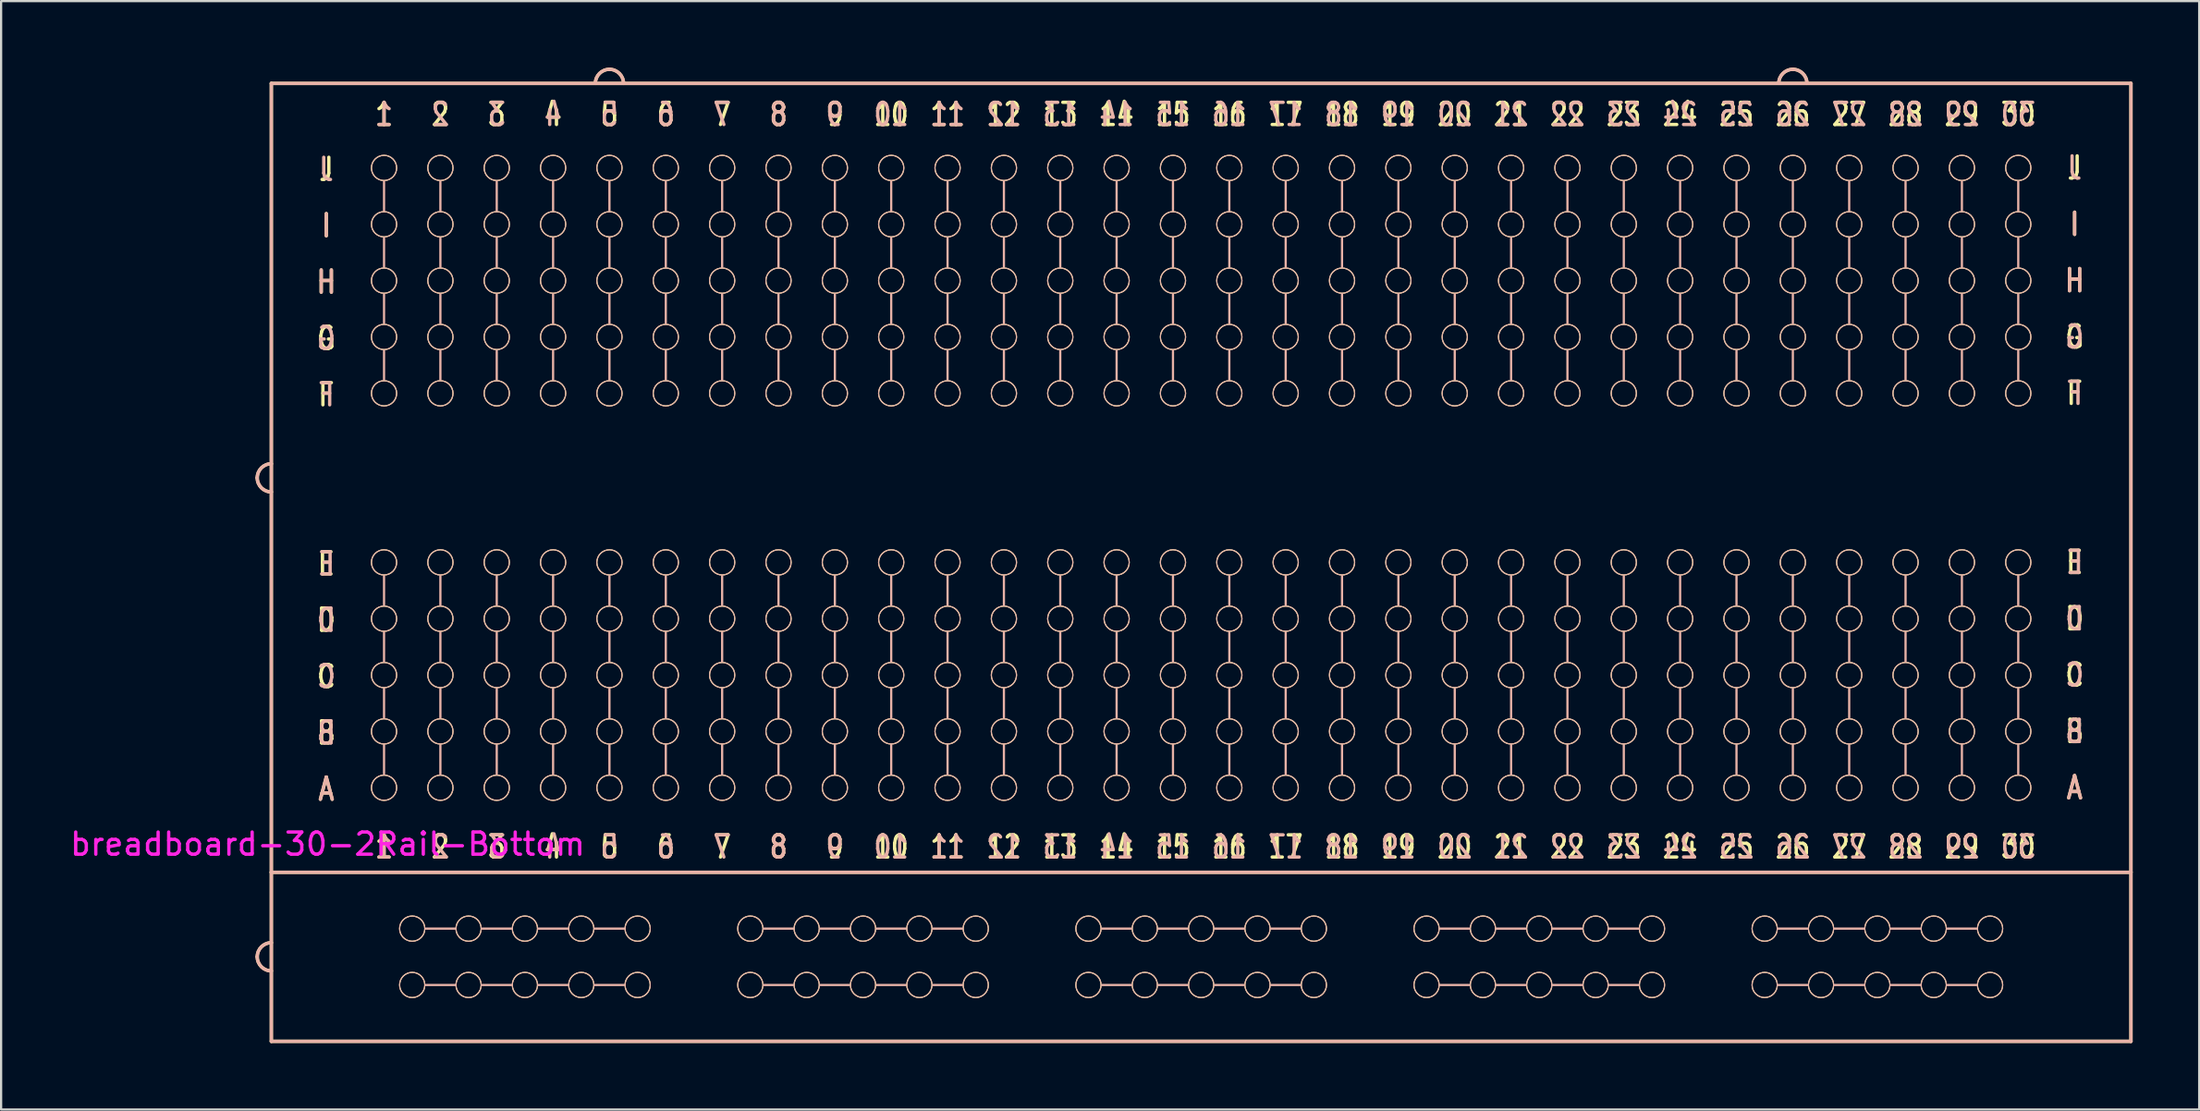
<source format=kicad_pcb>
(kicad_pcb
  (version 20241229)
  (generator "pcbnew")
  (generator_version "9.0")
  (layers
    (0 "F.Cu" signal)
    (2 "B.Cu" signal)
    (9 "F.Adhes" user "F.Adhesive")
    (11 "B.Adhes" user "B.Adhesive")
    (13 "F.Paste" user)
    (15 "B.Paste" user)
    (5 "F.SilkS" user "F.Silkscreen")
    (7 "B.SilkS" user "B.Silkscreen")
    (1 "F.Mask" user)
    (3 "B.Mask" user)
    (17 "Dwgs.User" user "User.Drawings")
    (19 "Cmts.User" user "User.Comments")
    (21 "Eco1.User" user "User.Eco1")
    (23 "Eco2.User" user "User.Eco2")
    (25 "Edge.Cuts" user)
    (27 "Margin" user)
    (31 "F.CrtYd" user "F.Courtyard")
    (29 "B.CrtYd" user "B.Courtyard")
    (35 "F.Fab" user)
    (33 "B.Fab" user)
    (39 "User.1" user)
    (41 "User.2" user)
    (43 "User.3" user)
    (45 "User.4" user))
  (footprint "breadboard-30-2Rail-Bottom"
    (layer "F.Cu")
    (at 52.36 17.22)
    (property "Reference" "breadboard-30-2Rail-Bottom" (at -40.64 17.78 180) (layer "F.CrtYd") (effects (font (size 1 1) (thickness 0.15))))
    (attr exclude_from_pos_files exclude_from_bom)
    (fp_line (start -43.18 -16.51) (end -43.18 19.05) (stroke (width 0.15) (type solid)) (layer "F.SilkS"))
    (fp_line (start -43.18 -16.51) (end 40.64 -16.51) (stroke (width 0.15) (type solid)) (layer "F.SilkS"))
    (fp_line (start -43.18 19.05) (end -43.18 26.67) (stroke (width 0.15) (type solid)) (layer "F.SilkS"))
    (fp_line (start -43.18 26.67) (end 40.64 26.67) (stroke (width 0.15) (type solid)) (layer "F.SilkS"))
    (fp_line (start 40.64 -16.51) (end 40.64 19.05) (stroke (width 0.15) (type solid)) (layer "F.SilkS"))
    (fp_line (start 40.64 19.05) (end -43.18 19.05) (stroke (width 0.15) (type solid)) (layer "F.SilkS"))
    (fp_line (start 40.64 26.67) (end 40.64 19.05) (stroke (width 0.15) (type solid)) (layer "F.SilkS"))
    (fp_arc (start -43.815 1.27) (mid -43.629013 0.820987) (end -43.18 0.635) (stroke (width 0.15) (type solid)) (layer "F.SilkS"))
    (fp_arc (start -43.815 22.86) (mid -43.629013 22.410987) (end -43.18 22.225) (stroke (width 0.15) (type solid)) (layer "F.SilkS"))
    (fp_arc (start -43.18 1.905) (mid -43.629013 1.719013) (end -43.815 1.27) (stroke (width 0.15) (type solid)) (layer "F.SilkS"))
    (fp_arc (start -43.18 23.495) (mid -43.629013 23.309013) (end -43.815 22.86) (stroke (width 0.15) (type solid)) (layer "F.SilkS"))
    (fp_arc (start -28.575 -16.51) (mid -28.389013 -16.959013) (end -27.94 -17.145) (stroke (width 0.15) (type solid)) (layer "F.SilkS"))
    (fp_arc (start -27.94 -17.145) (mid -27.490987 -16.959013) (end -27.305 -16.51) (stroke (width 0.15) (type solid)) (layer "F.SilkS"))
    (fp_arc (start 24.765 -16.51) (mid 24.950987 -16.959013) (end 25.4 -17.145) (stroke (width 0.15) (type solid)) (layer "F.SilkS"))
    (fp_arc (start 25.4 -17.145) (mid 25.849013 -16.959013) (end 26.035 -16.51) (stroke (width 0.15) (type solid)) (layer "F.SilkS"))
    (fp_circle (center -38.1 -12.7) (end -37.592 -12.446) (stroke (width 0.05) (type solid)) (fill no) (layer "F.SilkS"))
    (fp_circle (center -38.1 -10.16) (end -37.592 -9.906) (stroke (width 0.05) (type solid)) (fill no) (layer "F.SilkS"))
    (fp_circle (center -38.1 -7.62) (end -37.592 -7.366) (stroke (width 0.05) (type solid)) (fill no) (layer "F.SilkS"))
    (fp_circle (center -38.1 -5.08) (end -37.592 -4.826) (stroke (width 0.05) (type solid)) (fill no) (layer "F.SilkS"))
    (fp_circle (center -38.1 -2.54) (end -37.592 -2.286) (stroke (width 0.05) (type solid)) (fill no) (layer "F.SilkS"))
    (fp_circle (center -38.1 5.08) (end -37.592 5.334) (stroke (width 0.05) (type solid)) (fill no) (layer "F.SilkS"))
    (fp_circle (center -38.1 7.62) (end -37.592 7.874) (stroke (width 0.05) (type solid)) (fill no) (layer "F.SilkS"))
    (fp_circle (center -38.1 10.16) (end -37.592 10.414) (stroke (width 0.05) (type solid)) (fill no) (layer "F.SilkS"))
    (fp_circle (center -38.1 12.7) (end -37.592 12.954) (stroke (width 0.05) (type solid)) (fill no) (layer "F.SilkS"))
    (fp_circle (center -38.1 15.24) (end -37.592 15.494) (stroke (width 0.05) (type solid)) (fill no) (layer "F.SilkS"))
    (fp_circle (center -36.83 21.59) (end -36.576 21.082) (stroke (width 0.05) (type solid)) (fill no) (layer "F.SilkS"))
    (fp_circle (center -36.83 24.13) (end -36.576 23.622) (stroke (width 0.05) (type solid)) (fill no) (layer "F.SilkS"))
    (fp_circle (center -35.56 -12.7) (end -35.052 -12.446) (stroke (width 0.05) (type solid)) (fill no) (layer "F.SilkS"))
    (fp_circle (center -35.56 -10.16) (end -35.052 -9.906) (stroke (width 0.05) (type solid)) (fill no) (layer "F.SilkS"))
    (fp_circle (center -35.56 -7.62) (end -35.052 -7.366) (stroke (width 0.05) (type solid)) (fill no) (layer "F.SilkS"))
    (fp_circle (center -35.56 -5.08) (end -35.052 -4.826) (stroke (width 0.05) (type solid)) (fill no) (layer "F.SilkS"))
    (fp_circle (center -35.56 -2.54) (end -35.052 -2.286) (stroke (width 0.05) (type solid)) (fill no) (layer "F.SilkS"))
    (fp_circle (center -35.56 5.08) (end -35.052 5.334) (stroke (width 0.05) (type solid)) (fill no) (layer "F.SilkS"))
    (fp_circle (center -35.56 7.62) (end -35.052 7.874) (stroke (width 0.05) (type solid)) (fill no) (layer "F.SilkS"))
    (fp_circle (center -35.56 10.16) (end -35.052 10.414) (stroke (width 0.05) (type solid)) (fill no) (layer "F.SilkS"))
    (fp_circle (center -35.56 12.7) (end -35.052 12.954) (stroke (width 0.05) (type solid)) (fill no) (layer "F.SilkS"))
    (fp_circle (center -35.56 15.24) (end -35.052 15.494) (stroke (width 0.05) (type solid)) (fill no) (layer "F.SilkS"))
    (fp_circle (center -34.29 21.59) (end -34.036 21.082) (stroke (width 0.05) (type solid)) (fill no) (layer "F.SilkS"))
    (fp_circle (center -34.29 24.13) (end -34.036 23.622) (stroke (width 0.05) (type solid)) (fill no) (layer "F.SilkS"))
    (fp_circle (center -33.02 -12.7) (end -32.512 -12.446) (stroke (width 0.05) (type solid)) (fill no) (layer "F.SilkS"))
    (fp_circle (center -33.02 -10.16) (end -32.512 -9.906) (stroke (width 0.05) (type solid)) (fill no) (layer "F.SilkS"))
    (fp_circle (center -33.02 -7.62) (end -32.512 -7.366) (stroke (width 0.05) (type solid)) (fill no) (layer "F.SilkS"))
    (fp_circle (center -33.02 -5.08) (end -32.512 -4.826) (stroke (width 0.05) (type solid)) (fill no) (layer "F.SilkS"))
    (fp_circle (center -33.02 -2.54) (end -32.512 -2.286) (stroke (width 0.05) (type solid)) (fill no) (layer "F.SilkS"))
    (fp_circle (center -33.02 5.08) (end -32.512 5.334) (stroke (width 0.05) (type solid)) (fill no) (layer "F.SilkS"))
    (fp_circle (center -33.02 7.62) (end -32.512 7.874) (stroke (width 0.05) (type solid)) (fill no) (layer "F.SilkS"))
    (fp_circle (center -33.02 10.16) (end -32.512 10.414) (stroke (width 0.05) (type solid)) (fill no) (layer "F.SilkS"))
    (fp_circle (center -33.02 12.7) (end -32.512 12.954) (stroke (width 0.05) (type solid)) (fill no) (layer "F.SilkS"))
    (fp_circle (center -33.02 15.24) (end -32.512 15.494) (stroke (width 0.05) (type solid)) (fill no) (layer "F.SilkS"))
    (fp_circle (center -31.75 21.59) (end -31.496 21.082) (stroke (width 0.05) (type solid)) (fill no) (layer "F.SilkS"))
    (fp_circle (center -31.75 24.13) (end -31.496 23.622) (stroke (width 0.05) (type solid)) (fill no) (layer "F.SilkS"))
    (fp_circle (center -30.48 -12.7) (end -29.972 -12.446) (stroke (width 0.05) (type solid)) (fill no) (layer "F.SilkS"))
    (fp_circle (center -30.48 -10.16) (end -29.972 -9.906) (stroke (width 0.05) (type solid)) (fill no) (layer "F.SilkS"))
    (fp_circle (center -30.48 -7.62) (end -29.972 -7.366) (stroke (width 0.05) (type solid)) (fill no) (layer "F.SilkS"))
    (fp_circle (center -30.48 -5.08) (end -29.972 -4.826) (stroke (width 0.05) (type solid)) (fill no) (layer "F.SilkS"))
    (fp_circle (center -30.48 -2.54) (end -29.972 -2.286) (stroke (width 0.05) (type solid)) (fill no) (layer "F.SilkS"))
    (fp_circle (center -30.48 5.08) (end -29.972 5.334) (stroke (width 0.05) (type solid)) (fill no) (layer "F.SilkS"))
    (fp_circle (center -30.48 7.62) (end -29.972 7.874) (stroke (width 0.05) (type solid)) (fill no) (layer "F.SilkS"))
    (fp_circle (center -30.48 10.16) (end -29.972 10.414) (stroke (width 0.05) (type solid)) (fill no) (layer "F.SilkS"))
    (fp_circle (center -30.48 12.7) (end -29.972 12.954) (stroke (width 0.05) (type solid)) (fill no) (layer "F.SilkS"))
    (fp_circle (center -30.48 15.24) (end -29.972 15.494) (stroke (width 0.05) (type solid)) (fill no) (layer "F.SilkS"))
    (fp_circle (center -29.21 21.59) (end -28.956 21.082) (stroke (width 0.05) (type solid)) (fill no) (layer "F.SilkS"))
    (fp_circle (center -29.21 24.13) (end -28.956 23.622) (stroke (width 0.05) (type solid)) (fill no) (layer "F.SilkS"))
    (fp_circle (center -27.94 -12.7) (end -27.432 -12.446) (stroke (width 0.05) (type solid)) (fill no) (layer "F.SilkS"))
    (fp_circle (center -27.94 -10.16) (end -27.432 -9.906) (stroke (width 0.05) (type solid)) (fill no) (layer "F.SilkS"))
    (fp_circle (center -27.94 -7.62) (end -27.432 -7.366) (stroke (width 0.05) (type solid)) (fill no) (layer "F.SilkS"))
    (fp_circle (center -27.94 -5.08) (end -27.432 -4.826) (stroke (width 0.05) (type solid)) (fill no) (layer "F.SilkS"))
    (fp_circle (center -27.94 -2.54) (end -27.432 -2.286) (stroke (width 0.05) (type solid)) (fill no) (layer "F.SilkS"))
    (fp_circle (center -27.94 5.08) (end -27.432 5.334) (stroke (width 0.05) (type solid)) (fill no) (layer "F.SilkS"))
    (fp_circle (center -27.94 7.62) (end -27.432 7.874) (stroke (width 0.05) (type solid)) (fill no) (layer "F.SilkS"))
    (fp_circle (center -27.94 10.16) (end -27.432 10.414) (stroke (width 0.05) (type solid)) (fill no) (layer "F.SilkS"))
    (fp_circle (center -27.94 12.7) (end -27.432 12.954) (stroke (width 0.05) (type solid)) (fill no) (layer "F.SilkS"))
    (fp_circle (center -27.94 15.24) (end -27.432 15.494) (stroke (width 0.05) (type solid)) (fill no) (layer "F.SilkS"))
    (fp_circle (center -26.67 21.59) (end -26.416 21.082) (stroke (width 0.05) (type solid)) (fill no) (layer "F.SilkS"))
    (fp_circle (center -26.67 24.13) (end -26.416 23.622) (stroke (width 0.05) (type solid)) (fill no) (layer "F.SilkS"))
    (fp_circle (center -25.4 -12.7) (end -24.892 -12.446) (stroke (width 0.05) (type solid)) (fill no) (layer "F.SilkS"))
    (fp_circle (center -25.4 -10.16) (end -24.892 -9.906) (stroke (width 0.05) (type solid)) (fill no) (layer "F.SilkS"))
    (fp_circle (center -25.4 -7.62) (end -24.892 -7.366) (stroke (width 0.05) (type solid)) (fill no) (layer "F.SilkS"))
    (fp_circle (center -25.4 -5.08) (end -24.892 -4.826) (stroke (width 0.05) (type solid)) (fill no) (layer "F.SilkS"))
    (fp_circle (center -25.4 -2.54) (end -24.892 -2.286) (stroke (width 0.05) (type solid)) (fill no) (layer "F.SilkS"))
    (fp_circle (center -25.4 5.08) (end -24.892 5.334) (stroke (width 0.05) (type solid)) (fill no) (layer "F.SilkS"))
    (fp_circle (center -25.4 7.62) (end -24.892 7.874) (stroke (width 0.05) (type solid)) (fill no) (layer "F.SilkS"))
    (fp_circle (center -25.4 10.16) (end -24.892 10.414) (stroke (width 0.05) (type solid)) (fill no) (layer "F.SilkS"))
    (fp_circle (center -25.4 12.7) (end -24.892 12.954) (stroke (width 0.05) (type solid)) (fill no) (layer "F.SilkS"))
    (fp_circle (center -25.4 15.24) (end -24.892 15.494) (stroke (width 0.05) (type solid)) (fill no) (layer "F.SilkS"))
    (fp_circle (center -22.86 -12.7) (end -22.352 -12.446) (stroke (width 0.05) (type solid)) (fill no) (layer "F.SilkS"))
    (fp_circle (center -22.86 -10.16) (end -22.352 -9.906) (stroke (width 0.05) (type solid)) (fill no) (layer "F.SilkS"))
    (fp_circle (center -22.86 -7.62) (end -22.352 -7.366) (stroke (width 0.05) (type solid)) (fill no) (layer "F.SilkS"))
    (fp_circle (center -22.86 -5.08) (end -22.352 -4.826) (stroke (width 0.05) (type solid)) (fill no) (layer "F.SilkS"))
    (fp_circle (center -22.86 -2.54) (end -22.352 -2.286) (stroke (width 0.05) (type solid)) (fill no) (layer "F.SilkS"))
    (fp_circle (center -22.86 5.08) (end -22.352 5.334) (stroke (width 0.05) (type solid)) (fill no) (layer "F.SilkS"))
    (fp_circle (center -22.86 7.62) (end -22.352 7.874) (stroke (width 0.05) (type solid)) (fill no) (layer "F.SilkS"))
    (fp_circle (center -22.86 10.16) (end -22.352 10.414) (stroke (width 0.05) (type solid)) (fill no) (layer "F.SilkS"))
    (fp_circle (center -22.86 12.7) (end -22.352 12.954) (stroke (width 0.05) (type solid)) (fill no) (layer "F.SilkS"))
    (fp_circle (center -22.86 15.24) (end -22.352 15.494) (stroke (width 0.05) (type solid)) (fill no) (layer "F.SilkS"))
    (fp_circle (center -21.59 21.59) (end -21.336 21.082) (stroke (width 0.05) (type solid)) (fill no) (layer "F.SilkS"))
    (fp_circle (center -21.59 24.13) (end -21.336 23.622) (stroke (width 0.05) (type solid)) (fill no) (layer "F.SilkS"))
    (fp_circle (center -20.32 -12.7) (end -19.812 -12.446) (stroke (width 0.05) (type solid)) (fill no) (layer "F.SilkS"))
    (fp_circle (center -20.32 -10.16) (end -19.812 -9.906) (stroke (width 0.05) (type solid)) (fill no) (layer "F.SilkS"))
    (fp_circle (center -20.32 -7.62) (end -19.812 -7.366) (stroke (width 0.05) (type solid)) (fill no) (layer "F.SilkS"))
    (fp_circle (center -20.32 -5.08) (end -19.812 -4.826) (stroke (width 0.05) (type solid)) (fill no) (layer "F.SilkS"))
    (fp_circle (center -20.32 -2.54) (end -19.812 -2.286) (stroke (width 0.05) (type solid)) (fill no) (layer "F.SilkS"))
    (fp_circle (center -20.32 5.08) (end -19.812 5.334) (stroke (width 0.05) (type solid)) (fill no) (layer "F.SilkS"))
    (fp_circle (center -20.32 7.62) (end -19.812 7.874) (stroke (width 0.05) (type solid)) (fill no) (layer "F.SilkS"))
    (fp_circle (center -20.32 10.16) (end -19.812 10.414) (stroke (width 0.05) (type solid)) (fill no) (layer "F.SilkS"))
    (fp_circle (center -20.32 12.7) (end -19.812 12.954) (stroke (width 0.05) (type solid)) (fill no) (layer "F.SilkS"))
    (fp_circle (center -20.32 15.24) (end -19.812 15.494) (stroke (width 0.05) (type solid)) (fill no) (layer "F.SilkS"))
    (fp_circle (center -19.05 21.59) (end -18.796 21.082) (stroke (width 0.05) (type solid)) (fill no) (layer "F.SilkS"))
    (fp_circle (center -19.05 24.13) (end -18.796 23.622) (stroke (width 0.05) (type solid)) (fill no) (layer "F.SilkS"))
    (fp_circle (center -17.78 -12.7) (end -17.272 -12.446) (stroke (width 0.05) (type solid)) (fill no) (layer "F.SilkS"))
    (fp_circle (center -17.78 -10.16) (end -17.272 -9.906) (stroke (width 0.05) (type solid)) (fill no) (layer "F.SilkS"))
    (fp_circle (center -17.78 -7.62) (end -17.272 -7.366) (stroke (width 0.05) (type solid)) (fill no) (layer "F.SilkS"))
    (fp_circle (center -17.78 -5.08) (end -17.272 -4.826) (stroke (width 0.05) (type solid)) (fill no) (layer "F.SilkS"))
    (fp_circle (center -17.78 -2.54) (end -17.272 -2.286) (stroke (width 0.05) (type solid)) (fill no) (layer "F.SilkS"))
    (fp_circle (center -17.78 5.08) (end -17.272 5.334) (stroke (width 0.05) (type solid)) (fill no) (layer "F.SilkS"))
    (fp_circle (center -17.78 7.62) (end -17.272 7.874) (stroke (width 0.05) (type solid)) (fill no) (layer "F.SilkS"))
    (fp_circle (center -17.78 10.16) (end -17.272 10.414) (stroke (width 0.05) (type solid)) (fill no) (layer "F.SilkS"))
    (fp_circle (center -17.78 12.7) (end -17.272 12.954) (stroke (width 0.05) (type solid)) (fill no) (layer "F.SilkS"))
    (fp_circle (center -17.78 15.24) (end -17.272 15.494) (stroke (width 0.05) (type solid)) (fill no) (layer "F.SilkS"))
    (fp_circle (center -16.51 21.59) (end -16.256 21.082) (stroke (width 0.05) (type solid)) (fill no) (layer "F.SilkS"))
    (fp_circle (center -16.51 24.13) (end -16.256 23.622) (stroke (width 0.05) (type solid)) (fill no) (layer "F.SilkS"))
    (fp_circle (center -15.24 -12.7) (end -14.732 -12.446) (stroke (width 0.05) (type solid)) (fill no) (layer "F.SilkS"))
    (fp_circle (center -15.24 -10.16) (end -14.732 -9.906) (stroke (width 0.05) (type solid)) (fill no) (layer "F.SilkS"))
    (fp_circle (center -15.24 -7.62) (end -14.732 -7.366) (stroke (width 0.05) (type solid)) (fill no) (layer "F.SilkS"))
    (fp_circle (center -15.24 -5.08) (end -14.732 -4.826) (stroke (width 0.05) (type solid)) (fill no) (layer "F.SilkS"))
    (fp_circle (center -15.24 -2.54) (end -14.732 -2.286) (stroke (width 0.05) (type solid)) (fill no) (layer "F.SilkS"))
    (fp_circle (center -15.24 5.08) (end -14.732 5.334) (stroke (width 0.05) (type solid)) (fill no) (layer "F.SilkS"))
    (fp_circle (center -15.24 7.62) (end -14.732 7.874) (stroke (width 0.05) (type solid)) (fill no) (layer "F.SilkS"))
    (fp_circle (center -15.24 10.16) (end -14.732 10.414) (stroke (width 0.05) (type solid)) (fill no) (layer "F.SilkS"))
    (fp_circle (center -15.24 12.7) (end -14.732 12.954) (stroke (width 0.05) (type solid)) (fill no) (layer "F.SilkS"))
    (fp_circle (center -15.24 15.24) (end -14.732 15.494) (stroke (width 0.05) (type solid)) (fill no) (layer "F.SilkS"))
    (fp_circle (center -13.97 21.59) (end -13.716 21.082) (stroke (width 0.05) (type solid)) (fill no) (layer "F.SilkS"))
    (fp_circle (center -13.97 24.13) (end -13.716 23.622) (stroke (width 0.05) (type solid)) (fill no) (layer "F.SilkS"))
    (fp_circle (center -12.7 -12.7) (end -12.192 -12.446) (stroke (width 0.05) (type solid)) (fill no) (layer "F.SilkS"))
    (fp_circle (center -12.7 -10.16) (end -12.192 -9.906) (stroke (width 0.05) (type solid)) (fill no) (layer "F.SilkS"))
    (fp_circle (center -12.7 -7.62) (end -12.192 -7.366) (stroke (width 0.05) (type solid)) (fill no) (layer "F.SilkS"))
    (fp_circle (center -12.7 -5.08) (end -12.192 -4.826) (stroke (width 0.05) (type solid)) (fill no) (layer "F.SilkS"))
    (fp_circle (center -12.7 -2.54) (end -12.192 -2.286) (stroke (width 0.05) (type solid)) (fill no) (layer "F.SilkS"))
    (fp_circle (center -12.7 5.08) (end -12.192 5.334) (stroke (width 0.05) (type solid)) (fill no) (layer "F.SilkS"))
    (fp_circle (center -12.7 7.62) (end -12.192 7.874) (stroke (width 0.05) (type solid)) (fill no) (layer "F.SilkS"))
    (fp_circle (center -12.7 10.16) (end -12.192 10.414) (stroke (width 0.05) (type solid)) (fill no) (layer "F.SilkS"))
    (fp_circle (center -12.7 12.7) (end -12.192 12.954) (stroke (width 0.05) (type solid)) (fill no) (layer "F.SilkS"))
    (fp_circle (center -12.7 15.24) (end -12.192 15.494) (stroke (width 0.05) (type solid)) (fill no) (layer "F.SilkS"))
    (fp_circle (center -11.43 21.59) (end -11.176 21.082) (stroke (width 0.05) (type solid)) (fill no) (layer "F.SilkS"))
    (fp_circle (center -11.43 24.13) (end -11.176 23.622) (stroke (width 0.05) (type solid)) (fill no) (layer "F.SilkS"))
    (fp_circle (center -10.16 -12.7) (end -9.652 -12.446) (stroke (width 0.05) (type solid)) (fill no) (layer "F.SilkS"))
    (fp_circle (center -10.16 -10.16) (end -9.652 -9.906) (stroke (width 0.05) (type solid)) (fill no) (layer "F.SilkS"))
    (fp_circle (center -10.16 -7.62) (end -9.652 -7.366) (stroke (width 0.05) (type solid)) (fill no) (layer "F.SilkS"))
    (fp_circle (center -10.16 -5.08) (end -9.652 -4.826) (stroke (width 0.05) (type solid)) (fill no) (layer "F.SilkS"))
    (fp_circle (center -10.16 -2.54) (end -9.652 -2.286) (stroke (width 0.05) (type solid)) (fill no) (layer "F.SilkS"))
    (fp_circle (center -10.16 5.08) (end -9.652 5.334) (stroke (width 0.05) (type solid)) (fill no) (layer "F.SilkS"))
    (fp_circle (center -10.16 7.62) (end -9.652 7.874) (stroke (width 0.05) (type solid)) (fill no) (layer "F.SilkS"))
    (fp_circle (center -10.16 10.16) (end -9.652 10.414) (stroke (width 0.05) (type solid)) (fill no) (layer "F.SilkS"))
    (fp_circle (center -10.16 12.7) (end -9.652 12.954) (stroke (width 0.05) (type solid)) (fill no) (layer "F.SilkS"))
    (fp_circle (center -10.16 15.24) (end -9.652 15.494) (stroke (width 0.05) (type solid)) (fill no) (layer "F.SilkS"))
    (fp_circle (center -7.62 -12.7) (end -7.112 -12.446) (stroke (width 0.05) (type solid)) (fill no) (layer "F.SilkS"))
    (fp_circle (center -7.62 -10.16) (end -7.112 -9.906) (stroke (width 0.05) (type solid)) (fill no) (layer "F.SilkS"))
    (fp_circle (center -7.62 -7.62) (end -7.112 -7.366) (stroke (width 0.05) (type solid)) (fill no) (layer "F.SilkS"))
    (fp_circle (center -7.62 -5.08) (end -7.112 -4.826) (stroke (width 0.05) (type solid)) (fill no) (layer "F.SilkS"))
    (fp_circle (center -7.62 -2.54) (end -7.112 -2.286) (stroke (width 0.05) (type solid)) (fill no) (layer "F.SilkS"))
    (fp_circle (center -7.62 5.08) (end -7.112 5.334) (stroke (width 0.05) (type solid)) (fill no) (layer "F.SilkS"))
    (fp_circle (center -7.62 7.62) (end -7.112 7.874) (stroke (width 0.05) (type solid)) (fill no) (layer "F.SilkS"))
    (fp_circle (center -7.62 10.16) (end -7.112 10.414) (stroke (width 0.05) (type solid)) (fill no) (layer "F.SilkS"))
    (fp_circle (center -7.62 12.7) (end -7.112 12.954) (stroke (width 0.05) (type solid)) (fill no) (layer "F.SilkS"))
    (fp_circle (center -7.62 15.24) (end -7.112 15.494) (stroke (width 0.05) (type solid)) (fill no) (layer "F.SilkS"))
    (fp_circle (center -6.35 21.59) (end -6.096 21.082) (stroke (width 0.05) (type solid)) (fill no) (layer "F.SilkS"))
    (fp_circle (center -6.35 24.13) (end -6.096 23.622) (stroke (width 0.05) (type solid)) (fill no) (layer "F.SilkS"))
    (fp_circle (center -5.08 -12.7) (end -4.572 -12.446) (stroke (width 0.05) (type solid)) (fill no) (layer "F.SilkS"))
    (fp_circle (center -5.08 -10.16) (end -4.572 -9.906) (stroke (width 0.05) (type solid)) (fill no) (layer "F.SilkS"))
    (fp_circle (center -5.08 -7.62) (end -4.572 -7.366) (stroke (width 0.05) (type solid)) (fill no) (layer "F.SilkS"))
    (fp_circle (center -5.08 -5.08) (end -4.572 -4.826) (stroke (width 0.05) (type solid)) (fill no) (layer "F.SilkS"))
    (fp_circle (center -5.08 -2.54) (end -4.572 -2.286) (stroke (width 0.05) (type solid)) (fill no) (layer "F.SilkS"))
    (fp_circle (center -5.08 5.08) (end -4.572 5.334) (stroke (width 0.05) (type solid)) (fill no) (layer "F.SilkS"))
    (fp_circle (center -5.08 7.62) (end -4.572 7.874) (stroke (width 0.05) (type solid)) (fill no) (layer "F.SilkS"))
    (fp_circle (center -5.08 10.16) (end -4.572 10.414) (stroke (width 0.05) (type solid)) (fill no) (layer "F.SilkS"))
    (fp_circle (center -5.08 12.7) (end -4.572 12.954) (stroke (width 0.05) (type solid)) (fill no) (layer "F.SilkS"))
    (fp_circle (center -5.08 15.24) (end -4.572 15.494) (stroke (width 0.05) (type solid)) (fill no) (layer "F.SilkS"))
    (fp_circle (center -3.81 21.59) (end -3.556 21.082) (stroke (width 0.05) (type solid)) (fill no) (layer "F.SilkS"))
    (fp_circle (center -3.81 24.13) (end -3.556 23.622) (stroke (width 0.05) (type solid)) (fill no) (layer "F.SilkS"))
    (fp_circle (center -2.54 -12.7) (end -2.032 -12.446) (stroke (width 0.05) (type solid)) (fill no) (layer "F.SilkS"))
    (fp_circle (center -2.54 -10.16) (end -2.032 -9.906) (stroke (width 0.05) (type solid)) (fill no) (layer "F.SilkS"))
    (fp_circle (center -2.54 -7.62) (end -2.032 -7.366) (stroke (width 0.05) (type solid)) (fill no) (layer "F.SilkS"))
    (fp_circle (center -2.54 -5.08) (end -2.032 -4.826) (stroke (width 0.05) (type solid)) (fill no) (layer "F.SilkS"))
    (fp_circle (center -2.54 -2.54) (end -2.032 -2.286) (stroke (width 0.05) (type solid)) (fill no) (layer "F.SilkS"))
    (fp_circle (center -2.54 5.08) (end -2.032 5.334) (stroke (width 0.05) (type solid)) (fill no) (layer "F.SilkS"))
    (fp_circle (center -2.54 7.62) (end -2.032 7.874) (stroke (width 0.05) (type solid)) (fill no) (layer "F.SilkS"))
    (fp_circle (center -2.54 10.16) (end -2.032 10.414) (stroke (width 0.05) (type solid)) (fill no) (layer "F.SilkS"))
    (fp_circle (center -2.54 12.7) (end -2.032 12.954) (stroke (width 0.05) (type solid)) (fill no) (layer "F.SilkS"))
    (fp_circle (center -2.54 15.24) (end -2.032 15.494) (stroke (width 0.05) (type solid)) (fill no) (layer "F.SilkS"))
    (fp_circle (center -1.27 21.59) (end -1.016 21.082) (stroke (width 0.05) (type solid)) (fill no) (layer "F.SilkS"))
    (fp_circle (center -1.27 24.13) (end -1.016 23.622) (stroke (width 0.05) (type solid)) (fill no) (layer "F.SilkS"))
    (fp_circle (center 0 -12.7) (end 0.508 -12.446) (stroke (width 0.05) (type solid)) (fill no) (layer "F.SilkS"))
    (fp_circle (center 0 -10.16) (end 0.508 -9.906) (stroke (width 0.05) (type solid)) (fill no) (layer "F.SilkS"))
    (fp_circle (center 0 -7.62) (end 0.508 -7.366) (stroke (width 0.05) (type solid)) (fill no) (layer "F.SilkS"))
    (fp_circle (center 0 -5.08) (end 0.508 -4.826) (stroke (width 0.05) (type solid)) (fill no) (layer "F.SilkS"))
    (fp_circle (center 0 -2.54) (end 0.508 -2.286) (stroke (width 0.05) (type solid)) (fill no) (layer "F.SilkS"))
    (fp_circle (center 0 5.08) (end 0.508 5.334) (stroke (width 0.05) (type solid)) (fill no) (layer "F.SilkS"))
    (fp_circle (center 0 7.62) (end 0.508 7.874) (stroke (width 0.05) (type solid)) (fill no) (layer "F.SilkS"))
    (fp_circle (center 0 10.16) (end 0.508 10.414) (stroke (width 0.05) (type solid)) (fill no) (layer "F.SilkS"))
    (fp_circle (center 0 12.7) (end 0.508 12.954) (stroke (width 0.05) (type solid)) (fill no) (layer "F.SilkS"))
    (fp_circle (center 0 15.24) (end 0.508 15.494) (stroke (width 0.05) (type solid)) (fill no) (layer "F.SilkS"))
    (fp_circle (center 1.27 21.59) (end 1.524 21.082) (stroke (width 0.05) (type solid)) (fill no) (layer "F.SilkS"))
    (fp_circle (center 1.27 24.13) (end 1.524 23.622) (stroke (width 0.05) (type solid)) (fill no) (layer "F.SilkS"))
    (fp_circle (center 2.54 -12.7) (end 3.048 -12.446) (stroke (width 0.05) (type solid)) (fill no) (layer "F.SilkS"))
    (fp_circle (center 2.54 -10.16) (end 3.048 -9.906) (stroke (width 0.05) (type solid)) (fill no) (layer "F.SilkS"))
    (fp_circle (center 2.54 -7.62) (end 3.048 -7.366) (stroke (width 0.05) (type solid)) (fill no) (layer "F.SilkS"))
    (fp_circle (center 2.54 -5.08) (end 3.048 -4.826) (stroke (width 0.05) (type solid)) (fill no) (layer "F.SilkS"))
    (fp_circle (center 2.54 -2.54) (end 3.048 -2.286) (stroke (width 0.05) (type solid)) (fill no) (layer "F.SilkS"))
    (fp_circle (center 2.54 5.08) (end 3.048 5.334) (stroke (width 0.05) (type solid)) (fill no) (layer "F.SilkS"))
    (fp_circle (center 2.54 7.62) (end 3.048 7.874) (stroke (width 0.05) (type solid)) (fill no) (layer "F.SilkS"))
    (fp_circle (center 2.54 10.16) (end 3.048 10.414) (stroke (width 0.05) (type solid)) (fill no) (layer "F.SilkS"))
    (fp_circle (center 2.54 12.7) (end 3.048 12.954) (stroke (width 0.05) (type solid)) (fill no) (layer "F.SilkS"))
    (fp_circle (center 2.54 15.24) (end 3.048 15.494) (stroke (width 0.05) (type solid)) (fill no) (layer "F.SilkS"))
    (fp_circle (center 3.81 21.59) (end 4.064 21.082) (stroke (width 0.05) (type solid)) (fill no) (layer "F.SilkS"))
    (fp_circle (center 3.81 24.13) (end 4.064 23.622) (stroke (width 0.05) (type solid)) (fill no) (layer "F.SilkS"))
    (fp_circle (center 5.08 -12.7) (end 5.588 -12.446) (stroke (width 0.05) (type solid)) (fill no) (layer "F.SilkS"))
    (fp_circle (center 5.08 -10.16) (end 5.588 -9.906) (stroke (width 0.05) (type solid)) (fill no) (layer "F.SilkS"))
    (fp_circle (center 5.08 -7.62) (end 5.588 -7.366) (stroke (width 0.05) (type solid)) (fill no) (layer "F.SilkS"))
    (fp_circle (center 5.08 -5.08) (end 5.588 -4.826) (stroke (width 0.05) (type solid)) (fill no) (layer "F.SilkS"))
    (fp_circle (center 5.08 -2.54) (end 5.588 -2.286) (stroke (width 0.05) (type solid)) (fill no) (layer "F.SilkS"))
    (fp_circle (center 5.08 5.08) (end 5.588 5.334) (stroke (width 0.05) (type solid)) (fill no) (layer "F.SilkS"))
    (fp_circle (center 5.08 7.62) (end 5.588 7.874) (stroke (width 0.05) (type solid)) (fill no) (layer "F.SilkS"))
    (fp_circle (center 5.08 10.16) (end 5.588 10.414) (stroke (width 0.05) (type solid)) (fill no) (layer "F.SilkS"))
    (fp_circle (center 5.08 12.7) (end 5.588 12.954) (stroke (width 0.05) (type solid)) (fill no) (layer "F.SilkS"))
    (fp_circle (center 5.08 15.24) (end 5.588 15.494) (stroke (width 0.05) (type solid)) (fill no) (layer "F.SilkS"))
    (fp_circle (center 7.62 -12.7) (end 8.128 -12.446) (stroke (width 0.05) (type solid)) (fill no) (layer "F.SilkS"))
    (fp_circle (center 7.62 -10.16) (end 8.128 -9.906) (stroke (width 0.05) (type solid)) (fill no) (layer "F.SilkS"))
    (fp_circle (center 7.62 -7.62) (end 8.128 -7.366) (stroke (width 0.05) (type solid)) (fill no) (layer "F.SilkS"))
    (fp_circle (center 7.62 -5.08) (end 8.128 -4.826) (stroke (width 0.05) (type solid)) (fill no) (layer "F.SilkS"))
    (fp_circle (center 7.62 -2.54) (end 8.128 -2.286) (stroke (width 0.05) (type solid)) (fill no) (layer "F.SilkS"))
    (fp_circle (center 7.62 5.08) (end 8.128 5.334) (stroke (width 0.05) (type solid)) (fill no) (layer "F.SilkS"))
    (fp_circle (center 7.62 7.62) (end 8.128 7.874) (stroke (width 0.05) (type solid)) (fill no) (layer "F.SilkS"))
    (fp_circle (center 7.62 10.16) (end 8.128 10.414) (stroke (width 0.05) (type solid)) (fill no) (layer "F.SilkS"))
    (fp_circle (center 7.62 12.7) (end 8.128 12.954) (stroke (width 0.05) (type solid)) (fill no) (layer "F.SilkS"))
    (fp_circle (center 7.62 15.24) (end 8.128 15.494) (stroke (width 0.05) (type solid)) (fill no) (layer "F.SilkS"))
    (fp_circle (center 8.89 21.59) (end 9.144 21.082) (stroke (width 0.05) (type solid)) (fill no) (layer "F.SilkS"))
    (fp_circle (center 8.89 24.13) (end 9.144 23.622) (stroke (width 0.05) (type solid)) (fill no) (layer "F.SilkS"))
    (fp_circle (center 10.16 -12.7) (end 10.668 -12.446) (stroke (width 0.05) (type solid)) (fill no) (layer "F.SilkS"))
    (fp_circle (center 10.16 -10.16) (end 10.668 -9.906) (stroke (width 0.05) (type solid)) (fill no) (layer "F.SilkS"))
    (fp_circle (center 10.16 -7.62) (end 10.668 -7.366) (stroke (width 0.05) (type solid)) (fill no) (layer "F.SilkS"))
    (fp_circle (center 10.16 -5.08) (end 10.668 -4.826) (stroke (width 0.05) (type solid)) (fill no) (layer "F.SilkS"))
    (fp_circle (center 10.16 -2.54) (end 10.668 -2.286) (stroke (width 0.05) (type solid)) (fill no) (layer "F.SilkS"))
    (fp_circle (center 10.16 5.08) (end 10.668 5.334) (stroke (width 0.05) (type solid)) (fill no) (layer "F.SilkS"))
    (fp_circle (center 10.16 7.62) (end 10.668 7.874) (stroke (width 0.05) (type solid)) (fill no) (layer "F.SilkS"))
    (fp_circle (center 10.16 10.16) (end 10.668 10.414) (stroke (width 0.05) (type solid)) (fill no) (layer "F.SilkS"))
    (fp_circle (center 10.16 12.7) (end 10.668 12.954) (stroke (width 0.05) (type solid)) (fill no) (layer "F.SilkS"))
    (fp_circle (center 10.16 15.24) (end 10.668 15.494) (stroke (width 0.05) (type solid)) (fill no) (layer "F.SilkS"))
    (fp_circle (center 11.43 21.59) (end 11.684 21.082) (stroke (width 0.05) (type solid)) (fill no) (layer "F.SilkS"))
    (fp_circle (center 11.43 24.13) (end 11.684 23.622) (stroke (width 0.05) (type solid)) (fill no) (layer "F.SilkS"))
    (fp_circle (center 12.7 -12.7) (end 13.208 -12.446) (stroke (width 0.05) (type solid)) (fill no) (layer "F.SilkS"))
    (fp_circle (center 12.7 -10.16) (end 13.208 -9.906) (stroke (width 0.05) (type solid)) (fill no) (layer "F.SilkS"))
    (fp_circle (center 12.7 -7.62) (end 13.208 -7.366) (stroke (width 0.05) (type solid)) (fill no) (layer "F.SilkS"))
    (fp_circle (center 12.7 -5.08) (end 13.208 -4.826) (stroke (width 0.05) (type solid)) (fill no) (layer "F.SilkS"))
    (fp_circle (center 12.7 -2.54) (end 13.208 -2.286) (stroke (width 0.05) (type solid)) (fill no) (layer "F.SilkS"))
    (fp_circle (center 12.7 5.08) (end 13.208 5.334) (stroke (width 0.05) (type solid)) (fill no) (layer "F.SilkS"))
    (fp_circle (center 12.7 7.62) (end 13.208 7.874) (stroke (width 0.05) (type solid)) (fill no) (layer "F.SilkS"))
    (fp_circle (center 12.7 10.16) (end 13.208 10.414) (stroke (width 0.05) (type solid)) (fill no) (layer "F.SilkS"))
    (fp_circle (center 12.7 12.7) (end 13.208 12.954) (stroke (width 0.05) (type solid)) (fill no) (layer "F.SilkS"))
    (fp_circle (center 12.7 15.24) (end 13.208 15.494) (stroke (width 0.05) (type solid)) (fill no) (layer "F.SilkS"))
    (fp_circle (center 13.97 21.59) (end 14.224 21.082) (stroke (width 0.05) (type solid)) (fill no) (layer "F.SilkS"))
    (fp_circle (center 13.97 24.13) (end 14.224 23.622) (stroke (width 0.05) (type solid)) (fill no) (layer "F.SilkS"))
    (fp_circle (center 15.24 -12.7) (end 15.748 -12.446) (stroke (width 0.05) (type solid)) (fill no) (layer "F.SilkS"))
    (fp_circle (center 15.24 -10.16) (end 15.748 -9.906) (stroke (width 0.05) (type solid)) (fill no) (layer "F.SilkS"))
    (fp_circle (center 15.24 -7.62) (end 15.748 -7.366) (stroke (width 0.05) (type solid)) (fill no) (layer "F.SilkS"))
    (fp_circle (center 15.24 -5.08) (end 15.748 -4.826) (stroke (width 0.05) (type solid)) (fill no) (layer "F.SilkS"))
    (fp_circle (center 15.24 -2.54) (end 15.748 -2.286) (stroke (width 0.05) (type solid)) (fill no) (layer "F.SilkS"))
    (fp_circle (center 15.24 5.08) (end 15.748 5.334) (stroke (width 0.05) (type solid)) (fill no) (layer "F.SilkS"))
    (fp_circle (center 15.24 7.62) (end 15.748 7.874) (stroke (width 0.05) (type solid)) (fill no) (layer "F.SilkS"))
    (fp_circle (center 15.24 10.16) (end 15.748 10.414) (stroke (width 0.05) (type solid)) (fill no) (layer "F.SilkS"))
    (fp_circle (center 15.24 12.7) (end 15.748 12.954) (stroke (width 0.05) (type solid)) (fill no) (layer "F.SilkS"))
    (fp_circle (center 15.24 15.24) (end 15.748 15.494) (stroke (width 0.05) (type solid)) (fill no) (layer "F.SilkS"))
    (fp_circle (center 16.51 21.59) (end 16.764 21.082) (stroke (width 0.05) (type solid)) (fill no) (layer "F.SilkS"))
    (fp_circle (center 16.51 24.13) (end 16.764 23.622) (stroke (width 0.05) (type solid)) (fill no) (layer "F.SilkS"))
    (fp_circle (center 17.78 -12.7) (end 18.288 -12.446) (stroke (width 0.05) (type solid)) (fill no) (layer "F.SilkS"))
    (fp_circle (center 17.78 -10.16) (end 18.288 -9.906) (stroke (width 0.05) (type solid)) (fill no) (layer "F.SilkS"))
    (fp_circle (center 17.78 -7.62) (end 18.288 -7.366) (stroke (width 0.05) (type solid)) (fill no) (layer "F.SilkS"))
    (fp_circle (center 17.78 -5.08) (end 18.288 -4.826) (stroke (width 0.05) (type solid)) (fill no) (layer "F.SilkS"))
    (fp_circle (center 17.78 -2.54) (end 18.288 -2.286) (stroke (width 0.05) (type solid)) (fill no) (layer "F.SilkS"))
    (fp_circle (center 17.78 5.08) (end 18.288 5.334) (stroke (width 0.05) (type solid)) (fill no) (layer "F.SilkS"))
    (fp_circle (center 17.78 7.62) (end 18.288 7.874) (stroke (width 0.05) (type solid)) (fill no) (layer "F.SilkS"))
    (fp_circle (center 17.78 10.16) (end 18.288 10.414) (stroke (width 0.05) (type solid)) (fill no) (layer "F.SilkS"))
    (fp_circle (center 17.78 12.7) (end 18.288 12.954) (stroke (width 0.05) (type solid)) (fill no) (layer "F.SilkS"))
    (fp_circle (center 17.78 15.24) (end 18.288 15.494) (stroke (width 0.05) (type solid)) (fill no) (layer "F.SilkS"))
    (fp_circle (center 19.05 21.59) (end 19.304 21.082) (stroke (width 0.05) (type solid)) (fill no) (layer "F.SilkS"))
    (fp_circle (center 19.05 24.13) (end 19.304 23.622) (stroke (width 0.05) (type solid)) (fill no) (layer "F.SilkS"))
    (fp_circle (center 20.32 -12.7) (end 20.828 -12.446) (stroke (width 0.05) (type solid)) (fill no) (layer "F.SilkS"))
    (fp_circle (center 20.32 -10.16) (end 20.828 -9.906) (stroke (width 0.05) (type solid)) (fill no) (layer "F.SilkS"))
    (fp_circle (center 20.32 -7.62) (end 20.828 -7.366) (stroke (width 0.05) (type solid)) (fill no) (layer "F.SilkS"))
    (fp_circle (center 20.32 -5.08) (end 20.828 -4.826) (stroke (width 0.05) (type solid)) (fill no) (layer "F.SilkS"))
    (fp_circle (center 20.32 -2.54) (end 20.828 -2.286) (stroke (width 0.05) (type solid)) (fill no) (layer "F.SilkS"))
    (fp_circle (center 20.32 5.08) (end 20.828 5.334) (stroke (width 0.05) (type solid)) (fill no) (layer "F.SilkS"))
    (fp_circle (center 20.32 7.62) (end 20.828 7.874) (stroke (width 0.05) (type solid)) (fill no) (layer "F.SilkS"))
    (fp_circle (center 20.32 10.16) (end 20.828 10.414) (stroke (width 0.05) (type solid)) (fill no) (layer "F.SilkS"))
    (fp_circle (center 20.32 12.7) (end 20.828 12.954) (stroke (width 0.05) (type solid)) (fill no) (layer "F.SilkS"))
    (fp_circle (center 20.32 15.24) (end 20.828 15.494) (stroke (width 0.05) (type solid)) (fill no) (layer "F.SilkS"))
    (fp_circle (center 22.86 -12.7) (end 23.368 -12.446) (stroke (width 0.05) (type solid)) (fill no) (layer "F.SilkS"))
    (fp_circle (center 22.86 -10.16) (end 23.368 -9.906) (stroke (width 0.05) (type solid)) (fill no) (layer "F.SilkS"))
    (fp_circle (center 22.86 -7.62) (end 23.368 -7.366) (stroke (width 0.05) (type solid)) (fill no) (layer "F.SilkS"))
    (fp_circle (center 22.86 -5.08) (end 23.368 -4.826) (stroke (width 0.05) (type solid)) (fill no) (layer "F.SilkS"))
    (fp_circle (center 22.86 -2.54) (end 23.368 -2.286) (stroke (width 0.05) (type solid)) (fill no) (layer "F.SilkS"))
    (fp_circle (center 22.86 5.08) (end 23.368 5.334) (stroke (width 0.05) (type solid)) (fill no) (layer "F.SilkS"))
    (fp_circle (center 22.86 7.62) (end 23.368 7.874) (stroke (width 0.05) (type solid)) (fill no) (layer "F.SilkS"))
    (fp_circle (center 22.86 10.16) (end 23.368 10.414) (stroke (width 0.05) (type solid)) (fill no) (layer "F.SilkS"))
    (fp_circle (center 22.86 12.7) (end 23.368 12.954) (stroke (width 0.05) (type solid)) (fill no) (layer "F.SilkS"))
    (fp_circle (center 22.86 15.24) (end 23.368 15.494) (stroke (width 0.05) (type solid)) (fill no) (layer "F.SilkS"))
    (fp_circle (center 24.13 21.59) (end 24.384 21.082) (stroke (width 0.05) (type solid)) (fill no) (layer "F.SilkS"))
    (fp_circle (center 24.13 24.13) (end 24.384 23.622) (stroke (width 0.05) (type solid)) (fill no) (layer "F.SilkS"))
    (fp_circle (center 25.4 -12.7) (end 25.908 -12.446) (stroke (width 0.05) (type solid)) (fill no) (layer "F.SilkS"))
    (fp_circle (center 25.4 -10.16) (end 25.908 -9.906) (stroke (width 0.05) (type solid)) (fill no) (layer "F.SilkS"))
    (fp_circle (center 25.4 -7.62) (end 25.908 -7.366) (stroke (width 0.05) (type solid)) (fill no) (layer "F.SilkS"))
    (fp_circle (center 25.4 -5.08) (end 25.908 -4.826) (stroke (width 0.05) (type solid)) (fill no) (layer "F.SilkS"))
    (fp_circle (center 25.4 -2.54) (end 25.908 -2.286) (stroke (width 0.05) (type solid)) (fill no) (layer "F.SilkS"))
    (fp_circle (center 25.4 5.08) (end 25.908 5.334) (stroke (width 0.05) (type solid)) (fill no) (layer "F.SilkS"))
    (fp_circle (center 25.4 7.62) (end 25.908 7.874) (stroke (width 0.05) (type solid)) (fill no) (layer "F.SilkS"))
    (fp_circle (center 25.4 10.16) (end 25.908 10.414) (stroke (width 0.05) (type solid)) (fill no) (layer "F.SilkS"))
    (fp_circle (center 25.4 12.7) (end 25.908 12.954) (stroke (width 0.05) (type solid)) (fill no) (layer "F.SilkS"))
    (fp_circle (center 25.4 15.24) (end 25.908 15.494) (stroke (width 0.05) (type solid)) (fill no) (layer "F.SilkS"))
    (fp_circle (center 26.67 21.59) (end 26.924 21.082) (stroke (width 0.05) (type solid)) (fill no) (layer "F.SilkS"))
    (fp_circle (center 26.67 24.13) (end 26.924 23.622) (stroke (width 0.05) (type solid)) (fill no) (layer "F.SilkS"))
    (fp_circle (center 27.94 -12.7) (end 28.448 -12.446) (stroke (width 0.05) (type solid)) (fill no) (layer "F.SilkS"))
    (fp_circle (center 27.94 -10.16) (end 28.448 -9.906) (stroke (width 0.05) (type solid)) (fill no) (layer "F.SilkS"))
    (fp_circle (center 27.94 -7.62) (end 28.448 -7.366) (stroke (width 0.05) (type solid)) (fill no) (layer "F.SilkS"))
    (fp_circle (center 27.94 -5.08) (end 28.448 -4.826) (stroke (width 0.05) (type solid)) (fill no) (layer "F.SilkS"))
    (fp_circle (center 27.94 -2.54) (end 28.448 -2.286) (stroke (width 0.05) (type solid)) (fill no) (layer "F.SilkS"))
    (fp_circle (center 27.94 5.08) (end 28.448 5.334) (stroke (width 0.05) (type solid)) (fill no) (layer "F.SilkS"))
    (fp_circle (center 27.94 7.62) (end 28.448 7.874) (stroke (width 0.05) (type solid)) (fill no) (layer "F.SilkS"))
    (fp_circle (center 27.94 10.16) (end 28.448 10.414) (stroke (width 0.05) (type solid)) (fill no) (layer "F.SilkS"))
    (fp_circle (center 27.94 12.7) (end 28.448 12.954) (stroke (width 0.05) (type solid)) (fill no) (layer "F.SilkS"))
    (fp_circle (center 27.94 15.24) (end 28.448 15.494) (stroke (width 0.05) (type solid)) (fill no) (layer "F.SilkS"))
    (fp_circle (center 29.21 21.59) (end 29.464 21.082) (stroke (width 0.05) (type solid)) (fill no) (layer "F.SilkS"))
    (fp_circle (center 29.21 24.13) (end 29.464 23.622) (stroke (width 0.05) (type solid)) (fill no) (layer "F.SilkS"))
    (fp_circle (center 30.48 -12.7) (end 30.988 -12.446) (stroke (width 0.05) (type solid)) (fill no) (layer "F.SilkS"))
    (fp_circle (center 30.48 -10.16) (end 30.988 -9.906) (stroke (width 0.05) (type solid)) (fill no) (layer "F.SilkS"))
    (fp_circle (center 30.48 -7.62) (end 30.988 -7.366) (stroke (width 0.05) (type solid)) (fill no) (layer "F.SilkS"))
    (fp_circle (center 30.48 -5.08) (end 30.988 -4.826) (stroke (width 0.05) (type solid)) (fill no) (layer "F.SilkS"))
    (fp_circle (center 30.48 -2.54) (end 30.988 -2.286) (stroke (width 0.05) (type solid)) (fill no) (layer "F.SilkS"))
    (fp_circle (center 30.48 5.08) (end 30.988 5.334) (stroke (width 0.05) (type solid)) (fill no) (layer "F.SilkS"))
    (fp_circle (center 30.48 7.62) (end 30.988 7.874) (stroke (width 0.05) (type solid)) (fill no) (layer "F.SilkS"))
    (fp_circle (center 30.48 10.16) (end 30.988 10.414) (stroke (width 0.05) (type solid)) (fill no) (layer "F.SilkS"))
    (fp_circle (center 30.48 12.7) (end 30.988 12.954) (stroke (width 0.05) (type solid)) (fill no) (layer "F.SilkS"))
    (fp_circle (center 30.48 15.24) (end 30.988 15.494) (stroke (width 0.05) (type solid)) (fill no) (layer "F.SilkS"))
    (fp_circle (center 31.75 21.59) (end 32.004 21.082) (stroke (width 0.05) (type solid)) (fill no) (layer "F.SilkS"))
    (fp_circle (center 31.75 24.13) (end 32.004 23.622) (stroke (width 0.05) (type solid)) (fill no) (layer "F.SilkS"))
    (fp_circle (center 33.02 -12.7) (end 33.528 -12.446) (stroke (width 0.05) (type solid)) (fill no) (layer "F.SilkS"))
    (fp_circle (center 33.02 -10.16) (end 33.528 -9.906) (stroke (width 0.05) (type solid)) (fill no) (layer "F.SilkS"))
    (fp_circle (center 33.02 -7.62) (end 33.528 -7.366) (stroke (width 0.05) (type solid)) (fill no) (layer "F.SilkS"))
    (fp_circle (center 33.02 -5.08) (end 33.528 -4.826) (stroke (width 0.05) (type solid)) (fill no) (layer "F.SilkS"))
    (fp_circle (center 33.02 -2.54) (end 33.528 -2.286) (stroke (width 0.05) (type solid)) (fill no) (layer "F.SilkS"))
    (fp_circle (center 33.02 5.08) (end 33.528 5.334) (stroke (width 0.05) (type solid)) (fill no) (layer "F.SilkS"))
    (fp_circle (center 33.02 7.62) (end 33.528 7.874) (stroke (width 0.05) (type solid)) (fill no) (layer "F.SilkS"))
    (fp_circle (center 33.02 10.16) (end 33.528 10.414) (stroke (width 0.05) (type solid)) (fill no) (layer "F.SilkS"))
    (fp_circle (center 33.02 12.7) (end 33.528 12.954) (stroke (width 0.05) (type solid)) (fill no) (layer "F.SilkS"))
    (fp_circle (center 33.02 15.24) (end 33.528 15.494) (stroke (width 0.05) (type solid)) (fill no) (layer "F.SilkS"))
    (fp_circle (center 34.29 21.59) (end 34.544 21.082) (stroke (width 0.05) (type solid)) (fill no) (layer "F.SilkS"))
    (fp_circle (center 34.29 24.13) (end 34.544 23.622) (stroke (width 0.05) (type solid)) (fill no) (layer "F.SilkS"))
    (fp_circle (center 35.56 -12.7) (end 36.068 -12.446) (stroke (width 0.05) (type solid)) (fill no) (layer "F.SilkS"))
    (fp_circle (center 35.56 -10.16) (end 36.068 -9.906) (stroke (width 0.05) (type solid)) (fill no) (layer "F.SilkS"))
    (fp_circle (center 35.56 -7.62) (end 36.068 -7.366) (stroke (width 0.05) (type solid)) (fill no) (layer "F.SilkS"))
    (fp_circle (center 35.56 -5.08) (end 36.068 -4.826) (stroke (width 0.05) (type solid)) (fill no) (layer "F.SilkS"))
    (fp_circle (center 35.56 -2.54) (end 36.068 -2.286) (stroke (width 0.05) (type solid)) (fill no) (layer "F.SilkS"))
    (fp_circle (center 35.56 5.08) (end 36.068 5.334) (stroke (width 0.05) (type solid)) (fill no) (layer "F.SilkS"))
    (fp_circle (center 35.56 7.62) (end 36.068 7.874) (stroke (width 0.05) (type solid)) (fill no) (layer "F.SilkS"))
    (fp_circle (center 35.56 10.16) (end 36.068 10.414) (stroke (width 0.05) (type solid)) (fill no) (layer "F.SilkS"))
    (fp_circle (center 35.56 12.7) (end 36.068 12.954) (stroke (width 0.05) (type solid)) (fill no) (layer "F.SilkS"))
    (fp_circle (center 35.56 15.24) (end 36.068 15.494) (stroke (width 0.05) (type solid)) (fill no) (layer "F.SilkS"))
    (fp_line (start -43.18 -16.51) (end -43.18 19.05) (stroke (width 0.15) (type solid)) (layer "B.SilkS"))
    (fp_line (start -43.18 19.05) (end -43.18 26.67) (stroke (width 0.15) (type solid)) (layer "B.SilkS"))
    (fp_line (start -38.1 -12.09) (end -38.1 -10.77) (stroke (width 0.1) (type solid)) (layer "B.SilkS"))
    (fp_line (start -38.1 -9.55) (end -38.1 -8.23) (stroke (width 0.1) (type solid)) (layer "B.SilkS"))
    (fp_line (start -38.1 -7.01) (end -38.1 -5.69) (stroke (width 0.1) (type solid)) (layer "B.SilkS"))
    (fp_line (start -38.1 -4.47) (end -38.1 -3.15) (stroke (width 0.1) (type solid)) (layer "B.SilkS"))
    (fp_line (start -38.1 5.69) (end -38.1 7.01) (stroke (width 0.1) (type solid)) (layer "B.SilkS"))
    (fp_line (start -38.1 8.23) (end -38.1 9.55) (stroke (width 0.1) (type solid)) (layer "B.SilkS"))
    (fp_line (start -38.1 10.77) (end -38.1 12.09) (stroke (width 0.1) (type solid)) (layer "B.SilkS"))
    (fp_line (start -38.1 13.31) (end -38.1 14.63) (stroke (width 0.1) (type solid)) (layer "B.SilkS"))
    (fp_line (start -36.22 21.59) (end -34.9 21.59) (stroke (width 0.1) (type solid)) (layer "B.SilkS"))
    (fp_line (start -36.22 24.13) (end -34.9 24.13) (stroke (width 0.1) (type solid)) (layer "B.SilkS"))
    (fp_line (start -35.56 -12.09) (end -35.56 -10.77) (stroke (width 0.1) (type solid)) (layer "B.SilkS"))
    (fp_line (start -35.56 -9.55) (end -35.56 -8.23) (stroke (width 0.1) (type solid)) (layer "B.SilkS"))
    (fp_line (start -35.56 -7.01) (end -35.56 -5.69) (stroke (width 0.1) (type solid)) (layer "B.SilkS"))
    (fp_line (start -35.56 -4.47) (end -35.56 -3.15) (stroke (width 0.1) (type solid)) (layer "B.SilkS"))
    (fp_line (start -35.56 5.69) (end -35.56 7.01) (stroke (width 0.1) (type solid)) (layer "B.SilkS"))
    (fp_line (start -35.56 8.23) (end -35.56 9.55) (stroke (width 0.1) (type solid)) (layer "B.SilkS"))
    (fp_line (start -35.56 10.77) (end -35.56 12.09) (stroke (width 0.1) (type solid)) (layer "B.SilkS"))
    (fp_line (start -35.56 13.31) (end -35.56 14.63) (stroke (width 0.1) (type solid)) (layer "B.SilkS"))
    (fp_line (start -33.68 21.59) (end -32.36 21.59) (stroke (width 0.1) (type solid)) (layer "B.SilkS"))
    (fp_line (start -33.68 24.13) (end -32.36 24.13) (stroke (width 0.1) (type solid)) (layer "B.SilkS"))
    (fp_line (start -33.02 -12.09) (end -33.02 -10.77) (stroke (width 0.1) (type solid)) (layer "B.SilkS"))
    (fp_line (start -33.02 -9.55) (end -33.02 -8.23) (stroke (width 0.1) (type solid)) (layer "B.SilkS"))
    (fp_line (start -33.02 -7.01) (end -33.02 -5.69) (stroke (width 0.1) (type solid)) (layer "B.SilkS"))
    (fp_line (start -33.02 -4.47) (end -33.02 -3.15) (stroke (width 0.1) (type solid)) (layer "B.SilkS"))
    (fp_line (start -33.02 5.69) (end -33.02 7.01) (stroke (width 0.1) (type solid)) (layer "B.SilkS"))
    (fp_line (start -33.02 8.23) (end -33.02 9.55) (stroke (width 0.1) (type solid)) (layer "B.SilkS"))
    (fp_line (start -33.02 10.77) (end -33.02 12.09) (stroke (width 0.1) (type solid)) (layer "B.SilkS"))
    (fp_line (start -33.02 13.31) (end -33.02 14.63) (stroke (width 0.1) (type solid)) (layer "B.SilkS"))
    (fp_line (start -31.14 21.59) (end -29.82 21.59) (stroke (width 0.1) (type solid)) (layer "B.SilkS"))
    (fp_line (start -31.14 24.13) (end -29.82 24.13) (stroke (width 0.1) (type solid)) (layer "B.SilkS"))
    (fp_line (start -30.48 -12.09) (end -30.48 -10.77) (stroke (width 0.1) (type solid)) (layer "B.SilkS"))
    (fp_line (start -30.48 -9.55) (end -30.48 -8.23) (stroke (width 0.1) (type solid)) (layer "B.SilkS"))
    (fp_line (start -30.48 -7.01) (end -30.48 -5.69) (stroke (width 0.1) (type solid)) (layer "B.SilkS"))
    (fp_line (start -30.48 -4.47) (end -30.48 -3.15) (stroke (width 0.1) (type solid)) (layer "B.SilkS"))
    (fp_line (start -30.48 5.69) (end -30.48 7.01) (stroke (width 0.1) (type solid)) (layer "B.SilkS"))
    (fp_line (start -30.48 8.23) (end -30.48 9.55) (stroke (width 0.1) (type solid)) (layer "B.SilkS"))
    (fp_line (start -30.48 10.77) (end -30.48 12.09) (stroke (width 0.1) (type solid)) (layer "B.SilkS"))
    (fp_line (start -30.48 13.31) (end -30.48 14.63) (stroke (width 0.1) (type solid)) (layer "B.SilkS"))
    (fp_line (start -28.6 21.59) (end -27.28 21.59) (stroke (width 0.1) (type solid)) (layer "B.SilkS"))
    (fp_line (start -28.6 24.13) (end -27.28 24.13) (stroke (width 0.1) (type solid)) (layer "B.SilkS"))
    (fp_line (start -27.94 -12.09) (end -27.94 -10.77) (stroke (width 0.1) (type solid)) (layer "B.SilkS"))
    (fp_line (start -27.94 -9.55) (end -27.94 -8.23) (stroke (width 0.1) (type solid)) (layer "B.SilkS"))
    (fp_line (start -27.94 -7.01) (end -27.94 -5.69) (stroke (width 0.1) (type solid)) (layer "B.SilkS"))
    (fp_line (start -27.94 -4.47) (end -27.94 -3.15) (stroke (width 0.1) (type solid)) (layer "B.SilkS"))
    (fp_line (start -27.94 5.69) (end -27.94 7.01) (stroke (width 0.1) (type solid)) (layer "B.SilkS"))
    (fp_line (start -27.94 8.23) (end -27.94 9.55) (stroke (width 0.1) (type solid)) (layer "B.SilkS"))
    (fp_line (start -27.94 10.77) (end -27.94 12.09) (stroke (width 0.1) (type solid)) (layer "B.SilkS"))
    (fp_line (start -27.94 13.31) (end -27.94 14.63) (stroke (width 0.1) (type solid)) (layer "B.SilkS"))
    (fp_line (start -25.4 -12.09) (end -25.4 -10.77) (stroke (width 0.1) (type solid)) (layer "B.SilkS"))
    (fp_line (start -25.4 -9.55) (end -25.4 -8.23) (stroke (width 0.1) (type solid)) (layer "B.SilkS"))
    (fp_line (start -25.4 -7.01) (end -25.4 -5.69) (stroke (width 0.1) (type solid)) (layer "B.SilkS"))
    (fp_line (start -25.4 -4.47) (end -25.4 -3.15) (stroke (width 0.1) (type solid)) (layer "B.SilkS"))
    (fp_line (start -25.4 5.69) (end -25.4 7.01) (stroke (width 0.1) (type solid)) (layer "B.SilkS"))
    (fp_line (start -25.4 8.23) (end -25.4 9.55) (stroke (width 0.1) (type solid)) (layer "B.SilkS"))
    (fp_line (start -25.4 10.77) (end -25.4 12.09) (stroke (width 0.1) (type solid)) (layer "B.SilkS"))
    (fp_line (start -25.4 13.31) (end -25.4 14.63) (stroke (width 0.1) (type solid)) (layer "B.SilkS"))
    (fp_line (start -22.86 -12.09) (end -22.86 -10.77) (stroke (width 0.1) (type solid)) (layer "B.SilkS"))
    (fp_line (start -22.86 -9.55) (end -22.86 -8.23) (stroke (width 0.1) (type solid)) (layer "B.SilkS"))
    (fp_line (start -22.86 -7.01) (end -22.86 -5.69) (stroke (width 0.1) (type solid)) (layer "B.SilkS"))
    (fp_line (start -22.86 -4.47) (end -22.86 -3.15) (stroke (width 0.1) (type solid)) (layer "B.SilkS"))
    (fp_line (start -22.86 5.69) (end -22.86 7.01) (stroke (width 0.1) (type solid)) (layer "B.SilkS"))
    (fp_line (start -22.86 8.23) (end -22.86 9.55) (stroke (width 0.1) (type solid)) (layer "B.SilkS"))
    (fp_line (start -22.86 10.77) (end -22.86 12.09) (stroke (width 0.1) (type solid)) (layer "B.SilkS"))
    (fp_line (start -22.86 13.31) (end -22.86 14.63) (stroke (width 0.1) (type solid)) (layer "B.SilkS"))
    (fp_line (start -20.98 21.59) (end -19.66 21.59) (stroke (width 0.1) (type solid)) (layer "B.SilkS"))
    (fp_line (start -20.98 24.13) (end -19.66 24.13) (stroke (width 0.1) (type solid)) (layer "B.SilkS"))
    (fp_line (start -20.32 -12.09) (end -20.32 -10.77) (stroke (width 0.1) (type solid)) (layer "B.SilkS"))
    (fp_line (start -20.32 -9.55) (end -20.32 -8.23) (stroke (width 0.1) (type solid)) (layer "B.SilkS"))
    (fp_line (start -20.32 -7.01) (end -20.32 -5.69) (stroke (width 0.1) (type solid)) (layer "B.SilkS"))
    (fp_line (start -20.32 -4.47) (end -20.32 -3.15) (stroke (width 0.1) (type solid)) (layer "B.SilkS"))
    (fp_line (start -20.32 5.69) (end -20.32 7.01) (stroke (width 0.1) (type solid)) (layer "B.SilkS"))
    (fp_line (start -20.32 8.23) (end -20.32 9.55) (stroke (width 0.1) (type solid)) (layer "B.SilkS"))
    (fp_line (start -20.32 10.77) (end -20.32 12.09) (stroke (width 0.1) (type solid)) (layer "B.SilkS"))
    (fp_line (start -20.32 13.31) (end -20.32 14.63) (stroke (width 0.1) (type solid)) (layer "B.SilkS"))
    (fp_line (start -18.44 21.59) (end -17.12 21.59) (stroke (width 0.1) (type solid)) (layer "B.SilkS"))
    (fp_line (start -18.44 24.13) (end -17.12 24.13) (stroke (width 0.1) (type solid)) (layer "B.SilkS"))
    (fp_line (start -17.78 -12.09) (end -17.78 -10.77) (stroke (width 0.1) (type solid)) (layer "B.SilkS"))
    (fp_line (start -17.78 -9.55) (end -17.78 -8.23) (stroke (width 0.1) (type solid)) (layer "B.SilkS"))
    (fp_line (start -17.78 -7.01) (end -17.78 -5.69) (stroke (width 0.1) (type solid)) (layer "B.SilkS"))
    (fp_line (start -17.78 -4.47) (end -17.78 -3.15) (stroke (width 0.1) (type solid)) (layer "B.SilkS"))
    (fp_line (start -17.78 5.69) (end -17.78 7.01) (stroke (width 0.1) (type solid)) (layer "B.SilkS"))
    (fp_line (start -17.78 8.23) (end -17.78 9.55) (stroke (width 0.1) (type solid)) (layer "B.SilkS"))
    (fp_line (start -17.78 10.77) (end -17.78 12.09) (stroke (width 0.1) (type solid)) (layer "B.SilkS"))
    (fp_line (start -17.78 13.31) (end -17.78 14.63) (stroke (width 0.1) (type solid)) (layer "B.SilkS"))
    (fp_line (start -15.9 21.59) (end -14.58 21.59) (stroke (width 0.1) (type solid)) (layer "B.SilkS"))
    (fp_line (start -15.9 24.13) (end -14.58 24.13) (stroke (width 0.1) (type solid)) (layer "B.SilkS"))
    (fp_line (start -15.24 -12.09) (end -15.24 -10.77) (stroke (width 0.1) (type solid)) (layer "B.SilkS"))
    (fp_line (start -15.24 -9.55) (end -15.24 -8.23) (stroke (width 0.1) (type solid)) (layer "B.SilkS"))
    (fp_line (start -15.24 -7.01) (end -15.24 -5.69) (stroke (width 0.1) (type solid)) (layer "B.SilkS"))
    (fp_line (start -15.24 -4.47) (end -15.24 -3.15) (stroke (width 0.1) (type solid)) (layer "B.SilkS"))
    (fp_line (start -15.24 5.69) (end -15.24 7.01) (stroke (width 0.1) (type solid)) (layer "B.SilkS"))
    (fp_line (start -15.24 8.23) (end -15.24 9.55) (stroke (width 0.1) (type solid)) (layer "B.SilkS"))
    (fp_line (start -15.24 10.77) (end -15.24 12.09) (stroke (width 0.1) (type solid)) (layer "B.SilkS"))
    (fp_line (start -15.24 13.31) (end -15.24 14.63) (stroke (width 0.1) (type solid)) (layer "B.SilkS"))
    (fp_line (start -13.36 21.59) (end -12.04 21.59) (stroke (width 0.1) (type solid)) (layer "B.SilkS"))
    (fp_line (start -13.36 24.13) (end -12.04 24.13) (stroke (width 0.1) (type solid)) (layer "B.SilkS"))
    (fp_line (start -12.7 -12.09) (end -12.7 -10.77) (stroke (width 0.1) (type solid)) (layer "B.SilkS"))
    (fp_line (start -12.7 -9.55) (end -12.7 -8.23) (stroke (width 0.1) (type solid)) (layer "B.SilkS"))
    (fp_line (start -12.7 -7.01) (end -12.7 -5.69) (stroke (width 0.1) (type solid)) (layer "B.SilkS"))
    (fp_line (start -12.7 -4.47) (end -12.7 -3.15) (stroke (width 0.1) (type solid)) (layer "B.SilkS"))
    (fp_line (start -12.7 5.69) (end -12.7 7.01) (stroke (width 0.1) (type solid)) (layer "B.SilkS"))
    (fp_line (start -12.7 8.23) (end -12.7 9.55) (stroke (width 0.1) (type solid)) (layer "B.SilkS"))
    (fp_line (start -12.7 10.77) (end -12.7 12.09) (stroke (width 0.1) (type solid)) (layer "B.SilkS"))
    (fp_line (start -12.7 13.31) (end -12.7 14.63) (stroke (width 0.1) (type solid)) (layer "B.SilkS"))
    (fp_line (start -10.16 -12.09) (end -10.16 -10.77) (stroke (width 0.1) (type solid)) (layer "B.SilkS"))
    (fp_line (start -10.16 -9.55) (end -10.16 -8.23) (stroke (width 0.1) (type solid)) (layer "B.SilkS"))
    (fp_line (start -10.16 -7.01) (end -10.16 -5.69) (stroke (width 0.1) (type solid)) (layer "B.SilkS"))
    (fp_line (start -10.16 -4.47) (end -10.16 -3.15) (stroke (width 0.1) (type solid)) (layer "B.SilkS"))
    (fp_line (start -10.16 5.69) (end -10.16 7.01) (stroke (width 0.1) (type solid)) (layer "B.SilkS"))
    (fp_line (start -10.16 8.23) (end -10.16 9.55) (stroke (width 0.1) (type solid)) (layer "B.SilkS"))
    (fp_line (start -10.16 10.77) (end -10.16 12.09) (stroke (width 0.1) (type solid)) (layer "B.SilkS"))
    (fp_line (start -10.16 13.31) (end -10.16 14.63) (stroke (width 0.1) (type solid)) (layer "B.SilkS"))
    (fp_line (start -7.62 -12.09) (end -7.62 -10.77) (stroke (width 0.1) (type solid)) (layer "B.SilkS"))
    (fp_line (start -7.62 -9.55) (end -7.62 -8.23) (stroke (width 0.1) (type solid)) (layer "B.SilkS"))
    (fp_line (start -7.62 -7.01) (end -7.62 -5.69) (stroke (width 0.1) (type solid)) (layer "B.SilkS"))
    (fp_line (start -7.62 -4.47) (end -7.62 -3.15) (stroke (width 0.1) (type solid)) (layer "B.SilkS"))
    (fp_line (start -7.62 5.69) (end -7.62 7.01) (stroke (width 0.1) (type solid)) (layer "B.SilkS"))
    (fp_line (start -7.62 8.23) (end -7.62 9.55) (stroke (width 0.1) (type solid)) (layer "B.SilkS"))
    (fp_line (start -7.62 10.77) (end -7.62 12.09) (stroke (width 0.1) (type solid)) (layer "B.SilkS"))
    (fp_line (start -7.62 13.31) (end -7.62 14.63) (stroke (width 0.1) (type solid)) (layer "B.SilkS"))
    (fp_line (start -5.74 21.59) (end -4.42 21.59) (stroke (width 0.1) (type solid)) (layer "B.SilkS"))
    (fp_line (start -5.74 24.13) (end -4.42 24.13) (stroke (width 0.1) (type solid)) (layer "B.SilkS"))
    (fp_line (start -5.08 -12.09) (end -5.08 -10.77) (stroke (width 0.1) (type solid)) (layer "B.SilkS"))
    (fp_line (start -5.08 -9.55) (end -5.08 -8.23) (stroke (width 0.1) (type solid)) (layer "B.SilkS"))
    (fp_line (start -5.08 -7.01) (end -5.08 -5.69) (stroke (width 0.1) (type solid)) (layer "B.SilkS"))
    (fp_line (start -5.08 -4.47) (end -5.08 -3.15) (stroke (width 0.1) (type solid)) (layer "B.SilkS"))
    (fp_line (start -5.08 5.69) (end -5.08 7.01) (stroke (width 0.1) (type solid)) (layer "B.SilkS"))
    (fp_line (start -5.08 8.23) (end -5.08 9.55) (stroke (width 0.1) (type solid)) (layer "B.SilkS"))
    (fp_line (start -5.08 10.77) (end -5.08 12.09) (stroke (width 0.1) (type solid)) (layer "B.SilkS"))
    (fp_line (start -5.08 13.31) (end -5.08 14.63) (stroke (width 0.1) (type solid)) (layer "B.SilkS"))
    (fp_line (start -3.2 21.59) (end -1.88 21.59) (stroke (width 0.1) (type solid)) (layer "B.SilkS"))
    (fp_line (start -3.2 24.13) (end -1.88 24.13) (stroke (width 0.1) (type solid)) (layer "B.SilkS"))
    (fp_line (start -2.54 -12.09) (end -2.54 -10.77) (stroke (width 0.1) (type solid)) (layer "B.SilkS"))
    (fp_line (start -2.54 -9.55) (end -2.54 -8.23) (stroke (width 0.1) (type solid)) (layer "B.SilkS"))
    (fp_line (start -2.54 -7.01) (end -2.54 -5.69) (stroke (width 0.1) (type solid)) (layer "B.SilkS"))
    (fp_line (start -2.54 -4.47) (end -2.54 -3.15) (stroke (width 0.1) (type solid)) (layer "B.SilkS"))
    (fp_line (start -2.54 5.69) (end -2.54 7.01) (stroke (width 0.1) (type solid)) (layer "B.SilkS"))
    (fp_line (start -2.54 8.23) (end -2.54 9.55) (stroke (width 0.1) (type solid)) (layer "B.SilkS"))
    (fp_line (start -2.54 10.77) (end -2.54 12.09) (stroke (width 0.1) (type solid)) (layer "B.SilkS"))
    (fp_line (start -2.54 13.31) (end -2.54 14.63) (stroke (width 0.1) (type solid)) (layer "B.SilkS"))
    (fp_line (start -0.66 21.59) (end 0.66 21.59) (stroke (width 0.1) (type solid)) (layer "B.SilkS"))
    (fp_line (start -0.66 24.13) (end 0.66 24.13) (stroke (width 0.1) (type solid)) (layer "B.SilkS"))
    (fp_line (start 0 -12.09) (end 0 -10.77) (stroke (width 0.1) (type solid)) (layer "B.SilkS"))
    (fp_line (start 0 -9.55) (end 0 -8.23) (stroke (width 0.1) (type solid)) (layer "B.SilkS"))
    (fp_line (start 0 -7.01) (end 0 -5.69) (stroke (width 0.1) (type solid)) (layer "B.SilkS"))
    (fp_line (start 0 -4.47) (end 0 -3.15) (stroke (width 0.1) (type solid)) (layer "B.SilkS"))
    (fp_line (start 0 5.69) (end 0 7.01) (stroke (width 0.1) (type solid)) (layer "B.SilkS"))
    (fp_line (start 0 8.23) (end 0 9.55) (stroke (width 0.1) (type solid)) (layer "B.SilkS"))
    (fp_line (start 0 10.77) (end 0 12.09) (stroke (width 0.1) (type solid)) (layer "B.SilkS"))
    (fp_line (start 0 13.31) (end 0 14.63) (stroke (width 0.1) (type solid)) (layer "B.SilkS"))
    (fp_line (start 1.88 21.59) (end 3.2 21.59) (stroke (width 0.1) (type solid)) (layer "B.SilkS"))
    (fp_line (start 1.88 24.13) (end 3.2 24.13) (stroke (width 0.1) (type solid)) (layer "B.SilkS"))
    (fp_line (start 2.54 -12.09) (end 2.54 -10.77) (stroke (width 0.1) (type solid)) (layer "B.SilkS"))
    (fp_line (start 2.54 -9.55) (end 2.54 -8.23) (stroke (width 0.1) (type solid)) (layer "B.SilkS"))
    (fp_line (start 2.54 -7.01) (end 2.54 -5.69) (stroke (width 0.1) (type solid)) (layer "B.SilkS"))
    (fp_line (start 2.54 -4.47) (end 2.54 -3.15) (stroke (width 0.1) (type solid)) (layer "B.SilkS"))
    (fp_line (start 2.54 5.69) (end 2.54 7.01) (stroke (width 0.1) (type solid)) (layer "B.SilkS"))
    (fp_line (start 2.54 8.23) (end 2.54 9.55) (stroke (width 0.1) (type solid)) (layer "B.SilkS"))
    (fp_line (start 2.54 10.77) (end 2.54 12.09) (stroke (width 0.1) (type solid)) (layer "B.SilkS"))
    (fp_line (start 2.54 13.31) (end 2.54 14.63) (stroke (width 0.1) (type solid)) (layer "B.SilkS"))
    (fp_line (start 5.08 -12.09) (end 5.08 -10.77) (stroke (width 0.1) (type solid)) (layer "B.SilkS"))
    (fp_line (start 5.08 -9.55) (end 5.08 -8.23) (stroke (width 0.1) (type solid)) (layer "B.SilkS"))
    (fp_line (start 5.08 -7.01) (end 5.08 -5.69) (stroke (width 0.1) (type solid)) (layer "B.SilkS"))
    (fp_line (start 5.08 -4.47) (end 5.08 -3.15) (stroke (width 0.1) (type solid)) (layer "B.SilkS"))
    (fp_line (start 5.08 5.69) (end 5.08 7.01) (stroke (width 0.1) (type solid)) (layer "B.SilkS"))
    (fp_line (start 5.08 8.23) (end 5.08 9.55) (stroke (width 0.1) (type solid)) (layer "B.SilkS"))
    (fp_line (start 5.08 10.77) (end 5.08 12.09) (stroke (width 0.1) (type solid)) (layer "B.SilkS"))
    (fp_line (start 5.08 13.31) (end 5.08 14.63) (stroke (width 0.1) (type solid)) (layer "B.SilkS"))
    (fp_line (start 7.62 -12.09) (end 7.62 -10.77) (stroke (width 0.1) (type solid)) (layer "B.SilkS"))
    (fp_line (start 7.62 -9.55) (end 7.62 -8.23) (stroke (width 0.1) (type solid)) (layer "B.SilkS"))
    (fp_line (start 7.62 -7.01) (end 7.62 -5.69) (stroke (width 0.1) (type solid)) (layer "B.SilkS"))
    (fp_line (start 7.62 -4.47) (end 7.62 -3.15) (stroke (width 0.1) (type solid)) (layer "B.SilkS"))
    (fp_line (start 7.62 5.69) (end 7.62 7.01) (stroke (width 0.1) (type solid)) (layer "B.SilkS"))
    (fp_line (start 7.62 8.23) (end 7.62 9.55) (stroke (width 0.1) (type solid)) (layer "B.SilkS"))
    (fp_line (start 7.62 10.77) (end 7.62 12.09) (stroke (width 0.1) (type solid)) (layer "B.SilkS"))
    (fp_line (start 7.62 13.31) (end 7.62 14.63) (stroke (width 0.1) (type solid)) (layer "B.SilkS"))
    (fp_line (start 9.5 21.59) (end 10.82 21.59) (stroke (width 0.1) (type solid)) (layer "B.SilkS"))
    (fp_line (start 9.5 24.13) (end 10.82 24.13) (stroke (width 0.1) (type solid)) (layer "B.SilkS"))
    (fp_line (start 10.16 -12.09) (end 10.16 -10.77) (stroke (width 0.1) (type solid)) (layer "B.SilkS"))
    (fp_line (start 10.16 -9.55) (end 10.16 -8.23) (stroke (width 0.1) (type solid)) (layer "B.SilkS"))
    (fp_line (start 10.16 -7.01) (end 10.16 -5.69) (stroke (width 0.1) (type solid)) (layer "B.SilkS"))
    (fp_line (start 10.16 -4.47) (end 10.16 -3.15) (stroke (width 0.1) (type solid)) (layer "B.SilkS"))
    (fp_line (start 10.16 5.69) (end 10.16 7.01) (stroke (width 0.1) (type solid)) (layer "B.SilkS"))
    (fp_line (start 10.16 8.23) (end 10.16 9.55) (stroke (width 0.1) (type solid)) (layer "B.SilkS"))
    (fp_line (start 10.16 10.77) (end 10.16 12.09) (stroke (width 0.1) (type solid)) (layer "B.SilkS"))
    (fp_line (start 10.16 13.31) (end 10.16 14.63) (stroke (width 0.1) (type solid)) (layer "B.SilkS"))
    (fp_line (start 12.04 21.59) (end 13.36 21.59) (stroke (width 0.1) (type solid)) (layer "B.SilkS"))
    (fp_line (start 12.04 24.13) (end 13.36 24.13) (stroke (width 0.1) (type solid)) (layer "B.SilkS"))
    (fp_line (start 12.7 -12.09) (end 12.7 -10.77) (stroke (width 0.1) (type solid)) (layer "B.SilkS"))
    (fp_line (start 12.7 -9.55) (end 12.7 -8.23) (stroke (width 0.1) (type solid)) (layer "B.SilkS"))
    (fp_line (start 12.7 -7.01) (end 12.7 -5.69) (stroke (width 0.1) (type solid)) (layer "B.SilkS"))
    (fp_line (start 12.7 -4.47) (end 12.7 -3.15) (stroke (width 0.1) (type solid)) (layer "B.SilkS"))
    (fp_line (start 12.7 5.69) (end 12.7 7.01) (stroke (width 0.1) (type solid)) (layer "B.SilkS"))
    (fp_line (start 12.7 8.23) (end 12.7 9.55) (stroke (width 0.1) (type solid)) (layer "B.SilkS"))
    (fp_line (start 12.7 10.77) (end 12.7 12.09) (stroke (width 0.1) (type solid)) (layer "B.SilkS"))
    (fp_line (start 12.7 13.31) (end 12.7 14.63) (stroke (width 0.1) (type solid)) (layer "B.SilkS"))
    (fp_line (start 14.58 21.59) (end 15.9 21.59) (stroke (width 0.1) (type solid)) (layer "B.SilkS"))
    (fp_line (start 14.58 24.13) (end 15.9 24.13) (stroke (width 0.1) (type solid)) (layer "B.SilkS"))
    (fp_line (start 15.24 -12.09) (end 15.24 -10.77) (stroke (width 0.1) (type solid)) (layer "B.SilkS"))
    (fp_line (start 15.24 -9.55) (end 15.24 -8.23) (stroke (width 0.1) (type solid)) (layer "B.SilkS"))
    (fp_line (start 15.24 -7.01) (end 15.24 -5.69) (stroke (width 0.1) (type solid)) (layer "B.SilkS"))
    (fp_line (start 15.24 -4.47) (end 15.24 -3.15) (stroke (width 0.1) (type solid)) (layer "B.SilkS"))
    (fp_line (start 15.24 5.69) (end 15.24 7.01) (stroke (width 0.1) (type solid)) (layer "B.SilkS"))
    (fp_line (start 15.24 8.23) (end 15.24 9.55) (stroke (width 0.1) (type solid)) (layer "B.SilkS"))
    (fp_line (start 15.24 10.77) (end 15.24 12.09) (stroke (width 0.1) (type solid)) (layer "B.SilkS"))
    (fp_line (start 15.24 13.31) (end 15.24 14.63) (stroke (width 0.1) (type solid)) (layer "B.SilkS"))
    (fp_line (start 17.12 21.59) (end 18.44 21.59) (stroke (width 0.1) (type solid)) (layer "B.SilkS"))
    (fp_line (start 17.12 24.13) (end 18.44 24.13) (stroke (width 0.1) (type solid)) (layer "B.SilkS"))
    (fp_line (start 17.78 -12.09) (end 17.78 -10.77) (stroke (width 0.1) (type solid)) (layer "B.SilkS"))
    (fp_line (start 17.78 -9.55) (end 17.78 -8.23) (stroke (width 0.1) (type solid)) (layer "B.SilkS"))
    (fp_line (start 17.78 -7.01) (end 17.78 -5.69) (stroke (width 0.1) (type solid)) (layer "B.SilkS"))
    (fp_line (start 17.78 -4.47) (end 17.78 -3.15) (stroke (width 0.1) (type solid)) (layer "B.SilkS"))
    (fp_line (start 17.78 5.69) (end 17.78 7.01) (stroke (width 0.1) (type solid)) (layer "B.SilkS"))
    (fp_line (start 17.78 8.23) (end 17.78 9.55) (stroke (width 0.1) (type solid)) (layer "B.SilkS"))
    (fp_line (start 17.78 10.77) (end 17.78 12.09) (stroke (width 0.1) (type solid)) (layer "B.SilkS"))
    (fp_line (start 17.78 13.31) (end 17.78 14.63) (stroke (width 0.1) (type solid)) (layer "B.SilkS"))
    (fp_line (start 20.32 -12.09) (end 20.32 -10.77) (stroke (width 0.1) (type solid)) (layer "B.SilkS"))
    (fp_line (start 20.32 -9.55) (end 20.32 -8.23) (stroke (width 0.1) (type solid)) (layer "B.SilkS"))
    (fp_line (start 20.32 -7.01) (end 20.32 -5.69) (stroke (width 0.1) (type solid)) (layer "B.SilkS"))
    (fp_line (start 20.32 -4.47) (end 20.32 -3.15) (stroke (width 0.1) (type solid)) (layer "B.SilkS"))
    (fp_line (start 20.32 5.69) (end 20.32 7.01) (stroke (width 0.1) (type solid)) (layer "B.SilkS"))
    (fp_line (start 20.32 8.23) (end 20.32 9.55) (stroke (width 0.1) (type solid)) (layer "B.SilkS"))
    (fp_line (start 20.32 10.77) (end 20.32 12.09) (stroke (width 0.1) (type solid)) (layer "B.SilkS"))
    (fp_line (start 20.32 13.31) (end 20.32 14.63) (stroke (width 0.1) (type solid)) (layer "B.SilkS"))
    (fp_line (start 22.86 -12.09) (end 22.86 -10.77) (stroke (width 0.1) (type solid)) (layer "B.SilkS"))
    (fp_line (start 22.86 -9.55) (end 22.86 -8.23) (stroke (width 0.1) (type solid)) (layer "B.SilkS"))
    (fp_line (start 22.86 -7.01) (end 22.86 -5.69) (stroke (width 0.1) (type solid)) (layer "B.SilkS"))
    (fp_line (start 22.86 -4.47) (end 22.86 -3.15) (stroke (width 0.1) (type solid)) (layer "B.SilkS"))
    (fp_line (start 22.86 5.69) (end 22.86 7.01) (stroke (width 0.1) (type solid)) (layer "B.SilkS"))
    (fp_line (start 22.86 8.23) (end 22.86 9.55) (stroke (width 0.1) (type solid)) (layer "B.SilkS"))
    (fp_line (start 22.86 10.77) (end 22.86 12.09) (stroke (width 0.1) (type solid)) (layer "B.SilkS"))
    (fp_line (start 22.86 13.31) (end 22.86 14.63) (stroke (width 0.1) (type solid)) (layer "B.SilkS"))
    (fp_line (start 24.74 21.59) (end 26.06 21.59) (stroke (width 0.1) (type solid)) (layer "B.SilkS"))
    (fp_line (start 24.74 24.13) (end 26.06 24.13) (stroke (width 0.1) (type solid)) (layer "B.SilkS"))
    (fp_line (start 25.4 -12.09) (end 25.4 -10.77) (stroke (width 0.1) (type solid)) (layer "B.SilkS"))
    (fp_line (start 25.4 -9.55) (end 25.4 -8.23) (stroke (width 0.1) (type solid)) (layer "B.SilkS"))
    (fp_line (start 25.4 -7.01) (end 25.4 -5.69) (stroke (width 0.1) (type solid)) (layer "B.SilkS"))
    (fp_line (start 25.4 -4.47) (end 25.4 -3.15) (stroke (width 0.1) (type solid)) (layer "B.SilkS"))
    (fp_line (start 25.4 5.69) (end 25.4 7.01) (stroke (width 0.1) (type solid)) (layer "B.SilkS"))
    (fp_line (start 25.4 8.23) (end 25.4 9.55) (stroke (width 0.1) (type solid)) (layer "B.SilkS"))
    (fp_line (start 25.4 10.77) (end 25.4 12.09) (stroke (width 0.1) (type solid)) (layer "B.SilkS"))
    (fp_line (start 25.4 13.31) (end 25.4 14.63) (stroke (width 0.1) (type solid)) (layer "B.SilkS"))
    (fp_line (start 27.28 21.59) (end 28.6 21.59) (stroke (width 0.1) (type solid)) (layer "B.SilkS"))
    (fp_line (start 27.28 24.13) (end 28.6 24.13) (stroke (width 0.1) (type solid)) (layer "B.SilkS"))
    (fp_line (start 27.94 -12.09) (end 27.94 -10.77) (stroke (width 0.1) (type solid)) (layer "B.SilkS"))
    (fp_line (start 27.94 -9.55) (end 27.94 -8.23) (stroke (width 0.1) (type solid)) (layer "B.SilkS"))
    (fp_line (start 27.94 -7.01) (end 27.94 -5.69) (stroke (width 0.1) (type solid)) (layer "B.SilkS"))
    (fp_line (start 27.94 -4.47) (end 27.94 -3.15) (stroke (width 0.1) (type solid)) (layer "B.SilkS"))
    (fp_line (start 27.94 5.69) (end 27.94 7.01) (stroke (width 0.1) (type solid)) (layer "B.SilkS"))
    (fp_line (start 27.94 8.23) (end 27.94 9.55) (stroke (width 0.1) (type solid)) (layer "B.SilkS"))
    (fp_line (start 27.94 10.77) (end 27.94 12.09) (stroke (width 0.1) (type solid)) (layer "B.SilkS"))
    (fp_line (start 27.94 13.31) (end 27.94 14.63) (stroke (width 0.1) (type solid)) (layer "B.SilkS"))
    (fp_line (start 29.82 21.59) (end 31.14 21.59) (stroke (width 0.1) (type solid)) (layer "B.SilkS"))
    (fp_line (start 29.82 24.13) (end 31.14 24.13) (stroke (width 0.1) (type solid)) (layer "B.SilkS"))
    (fp_line (start 30.48 -12.09) (end 30.48 -10.77) (stroke (width 0.1) (type solid)) (layer "B.SilkS"))
    (fp_line (start 30.48 -9.55) (end 30.48 -8.23) (stroke (width 0.1) (type solid)) (layer "B.SilkS"))
    (fp_line (start 30.48 -7.01) (end 30.48 -5.69) (stroke (width 0.1) (type solid)) (layer "B.SilkS"))
    (fp_line (start 30.48 -4.47) (end 30.48 -3.15) (stroke (width 0.1) (type solid)) (layer "B.SilkS"))
    (fp_line (start 30.48 5.69) (end 30.48 7.01) (stroke (width 0.1) (type solid)) (layer "B.SilkS"))
    (fp_line (start 30.48 8.23) (end 30.48 9.55) (stroke (width 0.1) (type solid)) (layer "B.SilkS"))
    (fp_line (start 30.48 10.77) (end 30.48 12.09) (stroke (width 0.1) (type solid)) (layer "B.SilkS"))
    (fp_line (start 30.48 13.31) (end 30.48 14.63) (stroke (width 0.1) (type solid)) (layer "B.SilkS"))
    (fp_line (start 32.36 21.59) (end 33.68 21.59) (stroke (width 0.1) (type solid)) (layer "B.SilkS"))
    (fp_line (start 32.36 24.13) (end 33.68 24.13) (stroke (width 0.1) (type solid)) (layer "B.SilkS"))
    (fp_line (start 33.02 -12.09) (end 33.02 -10.77) (stroke (width 0.1) (type solid)) (layer "B.SilkS"))
    (fp_line (start 33.02 -9.55) (end 33.02 -8.23) (stroke (width 0.1) (type solid)) (layer "B.SilkS"))
    (fp_line (start 33.02 -7.01) (end 33.02 -5.69) (stroke (width 0.1) (type solid)) (layer "B.SilkS"))
    (fp_line (start 33.02 -4.47) (end 33.02 -3.15) (stroke (width 0.1) (type solid)) (layer "B.SilkS"))
    (fp_line (start 33.02 5.69) (end 33.02 7.01) (stroke (width 0.1) (type solid)) (layer "B.SilkS"))
    (fp_line (start 33.02 8.23) (end 33.02 9.55) (stroke (width 0.1) (type solid)) (layer "B.SilkS"))
    (fp_line (start 33.02 10.77) (end 33.02 12.09) (stroke (width 0.1) (type solid)) (layer "B.SilkS"))
    (fp_line (start 33.02 13.31) (end 33.02 14.63) (stroke (width 0.1) (type solid)) (layer "B.SilkS"))
    (fp_line (start 35.56 -12.09) (end 35.56 -10.77) (stroke (width 0.1) (type solid)) (layer "B.SilkS"))
    (fp_line (start 35.56 -9.55) (end 35.56 -8.23) (stroke (width 0.1) (type solid)) (layer "B.SilkS"))
    (fp_line (start 35.56 -7.01) (end 35.56 -5.69) (stroke (width 0.1) (type solid)) (layer "B.SilkS"))
    (fp_line (start 35.56 -4.47) (end 35.56 -3.15) (stroke (width 0.1) (type solid)) (layer "B.SilkS"))
    (fp_line (start 35.56 5.69) (end 35.56 7.01) (stroke (width 0.1) (type solid)) (layer "B.SilkS"))
    (fp_line (start 35.56 8.23) (end 35.56 9.55) (stroke (width 0.1) (type solid)) (layer "B.SilkS"))
    (fp_line (start 35.56 10.77) (end 35.56 12.09) (stroke (width 0.1) (type solid)) (layer "B.SilkS"))
    (fp_line (start 35.56 13.31) (end 35.56 14.63) (stroke (width 0.1) (type solid)) (layer "B.SilkS"))
    (fp_line (start 40.64 -16.51) (end -43.18 -16.51) (stroke (width 0.15) (type solid)) (layer "B.SilkS"))
    (fp_line (start 40.64 -16.51) (end 40.64 19.05) (stroke (width 0.15) (type solid)) (layer "B.SilkS"))
    (fp_line (start 40.64 19.05) (end -43.18 19.05) (stroke (width 0.15) (type solid)) (layer "B.SilkS"))
    (fp_line (start 40.64 26.67) (end -43.18 26.67) (stroke (width 0.15) (type solid)) (layer "B.SilkS"))
    (fp_line (start 40.64 26.67) (end 40.64 19.05) (stroke (width 0.15) (type solid)) (layer "B.SilkS"))
    (fp_arc (start -43.815 1.27) (mid -43.629013 0.820987) (end -43.18 0.635) (stroke (width 0.15) (type solid)) (layer "B.SilkS"))
    (fp_arc (start -43.815 22.86) (mid -43.629013 22.410987) (end -43.18 22.225) (stroke (width 0.15) (type solid)) (layer "B.SilkS"))
    (fp_arc (start -43.18 1.905) (mid -43.629013 1.719013) (end -43.815 1.27) (stroke (width 0.15) (type solid)) (layer "B.SilkS"))
    (fp_arc (start -43.18 23.495) (mid -43.629013 23.309013) (end -43.815 22.86) (stroke (width 0.15) (type solid)) (layer "B.SilkS"))
    (fp_arc (start -28.575 -16.51) (mid -28.389013 -16.959013) (end -27.94 -17.145) (stroke (width 0.15) (type solid)) (layer "B.SilkS"))
    (fp_arc (start -27.94 -17.145) (mid -27.490987 -16.959013) (end -27.305 -16.51) (stroke (width 0.15) (type solid)) (layer "B.SilkS"))
    (fp_arc (start 24.765 -16.51) (mid 24.950987 -16.959013) (end 25.4 -17.145) (stroke (width 0.15) (type solid)) (layer "B.SilkS"))
    (fp_arc (start 25.4 -17.145) (mid 25.849013 -16.959013) (end 26.035 -16.51) (stroke (width 0.15) (type solid)) (layer "B.SilkS"))
    (fp_circle (center -38.1 -12.7) (end -37.592 -12.446) (stroke (width 0.05) (type solid)) (fill no) (layer "B.SilkS"))
    (fp_circle (center -38.1 -10.16) (end -37.592 -9.906) (stroke (width 0.05) (type solid)) (fill no) (layer "B.SilkS"))
    (fp_circle (center -38.1 -7.62) (end -37.592 -7.366) (stroke (width 0.05) (type solid)) (fill no) (layer "B.SilkS"))
    (fp_circle (center -38.1 -5.08) (end -37.592 -4.826) (stroke (width 0.05) (type solid)) (fill no) (layer "B.SilkS"))
    (fp_circle (center -38.1 -2.54) (end -37.592 -2.286) (stroke (width 0.05) (type solid)) (fill no) (layer "B.SilkS"))
    (fp_circle (center -38.1 5.08) (end -37.592 5.334) (stroke (width 0.05) (type solid)) (fill no) (layer "B.SilkS"))
    (fp_circle (center -38.1 7.62) (end -37.592 7.874) (stroke (width 0.05) (type solid)) (fill no) (layer "B.SilkS"))
    (fp_circle (center -38.1 10.16) (end -37.592 10.414) (stroke (width 0.05) (type solid)) (fill no) (layer "B.SilkS"))
    (fp_circle (center -38.1 12.7) (end -37.592 12.954) (stroke (width 0.05) (type solid)) (fill no) (layer "B.SilkS"))
    (fp_circle (center -38.1 15.24) (end -37.592 15.494) (stroke (width 0.05) (type solid)) (fill no) (layer "B.SilkS"))
    (fp_circle (center -36.83 21.59) (end -36.576 21.082) (stroke (width 0.05) (type solid)) (fill no) (layer "B.SilkS"))
    (fp_circle (center -36.83 24.13) (end -36.576 23.622) (stroke (width 0.05) (type solid)) (fill no) (layer "B.SilkS"))
    (fp_circle (center -35.56 -12.7) (end -35.052 -12.446) (stroke (width 0.05) (type solid)) (fill no) (layer "B.SilkS"))
    (fp_circle (center -35.56 -10.16) (end -35.052 -9.906) (stroke (width 0.05) (type solid)) (fill no) (layer "B.SilkS"))
    (fp_circle (center -35.56 -7.62) (end -35.052 -7.366) (stroke (width 0.05) (type solid)) (fill no) (layer "B.SilkS"))
    (fp_circle (center -35.56 -5.08) (end -35.052 -4.826) (stroke (width 0.05) (type solid)) (fill no) (layer "B.SilkS"))
    (fp_circle (center -35.56 -2.54) (end -35.052 -2.286) (stroke (width 0.05) (type solid)) (fill no) (layer "B.SilkS"))
    (fp_circle (center -35.56 5.08) (end -35.052 5.334) (stroke (width 0.05) (type solid)) (fill no) (layer "B.SilkS"))
    (fp_circle (center -35.56 7.62) (end -35.052 7.874) (stroke (width 0.05) (type solid)) (fill no) (layer "B.SilkS"))
    (fp_circle (center -35.56 10.16) (end -35.052 10.414) (stroke (width 0.05) (type solid)) (fill no) (layer "B.SilkS"))
    (fp_circle (center -35.56 12.7) (end -35.052 12.954) (stroke (width 0.05) (type solid)) (fill no) (layer "B.SilkS"))
    (fp_circle (center -35.56 15.24) (end -35.052 15.494) (stroke (width 0.05) (type solid)) (fill no) (layer "B.SilkS"))
    (fp_circle (center -34.29 21.59) (end -34.036 21.082) (stroke (width 0.05) (type solid)) (fill no) (layer "B.SilkS"))
    (fp_circle (center -34.29 24.13) (end -34.036 23.622) (stroke (width 0.05) (type solid)) (fill no) (layer "B.SilkS"))
    (fp_circle (center -33.02 -12.7) (end -32.512 -12.446) (stroke (width 0.05) (type solid)) (fill no) (layer "B.SilkS"))
    (fp_circle (center -33.02 -10.16) (end -32.512 -9.906) (stroke (width 0.05) (type solid)) (fill no) (layer "B.SilkS"))
    (fp_circle (center -33.02 -7.62) (end -32.512 -7.366) (stroke (width 0.05) (type solid)) (fill no) (layer "B.SilkS"))
    (fp_circle (center -33.02 -5.08) (end -32.512 -4.826) (stroke (width 0.05) (type solid)) (fill no) (layer "B.SilkS"))
    (fp_circle (center -33.02 -2.54) (end -32.512 -2.286) (stroke (width 0.05) (type solid)) (fill no) (layer "B.SilkS"))
    (fp_circle (center -33.02 5.08) (end -32.512 5.334) (stroke (width 0.05) (type solid)) (fill no) (layer "B.SilkS"))
    (fp_circle (center -33.02 7.62) (end -32.512 7.874) (stroke (width 0.05) (type solid)) (fill no) (layer "B.SilkS"))
    (fp_circle (center -33.02 10.16) (end -32.512 10.414) (stroke (width 0.05) (type solid)) (fill no) (layer "B.SilkS"))
    (fp_circle (center -33.02 12.7) (end -32.512 12.954) (stroke (width 0.05) (type solid)) (fill no) (layer "B.SilkS"))
    (fp_circle (center -33.02 15.24) (end -32.512 15.494) (stroke (width 0.05) (type solid)) (fill no) (layer "B.SilkS"))
    (fp_circle (center -31.75 21.59) (end -31.496 21.082) (stroke (width 0.05) (type solid)) (fill no) (layer "B.SilkS"))
    (fp_circle (center -31.75 24.13) (end -31.496 23.622) (stroke (width 0.05) (type solid)) (fill no) (layer "B.SilkS"))
    (fp_circle (center -30.48 -12.7) (end -29.972 -12.446) (stroke (width 0.05) (type solid)) (fill no) (layer "B.SilkS"))
    (fp_circle (center -30.48 -10.16) (end -29.972 -9.906) (stroke (width 0.05) (type solid)) (fill no) (layer "B.SilkS"))
    (fp_circle (center -30.48 -7.62) (end -29.972 -7.366) (stroke (width 0.05) (type solid)) (fill no) (layer "B.SilkS"))
    (fp_circle (center -30.48 -5.08) (end -29.972 -4.826) (stroke (width 0.05) (type solid)) (fill no) (layer "B.SilkS"))
    (fp_circle (center -30.48 -2.54) (end -29.972 -2.286) (stroke (width 0.05) (type solid)) (fill no) (layer "B.SilkS"))
    (fp_circle (center -30.48 5.08) (end -29.972 5.334) (stroke (width 0.05) (type solid)) (fill no) (layer "B.SilkS"))
    (fp_circle (center -30.48 7.62) (end -29.972 7.874) (stroke (width 0.05) (type solid)) (fill no) (layer "B.SilkS"))
    (fp_circle (center -30.48 10.16) (end -29.972 10.414) (stroke (width 0.05) (type solid)) (fill no) (layer "B.SilkS"))
    (fp_circle (center -30.48 12.7) (end -29.972 12.954) (stroke (width 0.05) (type solid)) (fill no) (layer "B.SilkS"))
    (fp_circle (center -30.48 15.24) (end -29.972 15.494) (stroke (width 0.05) (type solid)) (fill no) (layer "B.SilkS"))
    (fp_circle (center -29.21 21.59) (end -28.956 21.082) (stroke (width 0.05) (type solid)) (fill no) (layer "B.SilkS"))
    (fp_circle (center -29.21 24.13) (end -28.956 23.622) (stroke (width 0.05) (type solid)) (fill no) (layer "B.SilkS"))
    (fp_circle (center -27.94 -12.7) (end -27.432 -12.446) (stroke (width 0.05) (type solid)) (fill no) (layer "B.SilkS"))
    (fp_circle (center -27.94 -10.16) (end -27.432 -9.906) (stroke (width 0.05) (type solid)) (fill no) (layer "B.SilkS"))
    (fp_circle (center -27.94 -7.62) (end -27.432 -7.366) (stroke (width 0.05) (type solid)) (fill no) (layer "B.SilkS"))
    (fp_circle (center -27.94 -5.08) (end -27.432 -4.826) (stroke (width 0.05) (type solid)) (fill no) (layer "B.SilkS"))
    (fp_circle (center -27.94 -2.54) (end -27.432 -2.286) (stroke (width 0.05) (type solid)) (fill no) (layer "B.SilkS"))
    (fp_circle (center -27.94 5.08) (end -27.432 5.334) (stroke (width 0.05) (type solid)) (fill no) (layer "B.SilkS"))
    (fp_circle (center -27.94 7.62) (end -27.432 7.874) (stroke (width 0.05) (type solid)) (fill no) (layer "B.SilkS"))
    (fp_circle (center -27.94 10.16) (end -27.432 10.414) (stroke (width 0.05) (type solid)) (fill no) (layer "B.SilkS"))
    (fp_circle (center -27.94 12.7) (end -27.432 12.954) (stroke (width 0.05) (type solid)) (fill no) (layer "B.SilkS"))
    (fp_circle (center -27.94 15.24) (end -27.432 15.494) (stroke (width 0.05) (type solid)) (fill no) (layer "B.SilkS"))
    (fp_circle (center -26.67 21.59) (end -26.416 21.082) (stroke (width 0.05) (type solid)) (fill no) (layer "B.SilkS"))
    (fp_circle (center -26.67 24.13) (end -26.416 23.622) (stroke (width 0.05) (type solid)) (fill no) (layer "B.SilkS"))
    (fp_circle (center -25.4 -12.7) (end -24.892 -12.446) (stroke (width 0.05) (type solid)) (fill no) (layer "B.SilkS"))
    (fp_circle (center -25.4 -10.16) (end -24.892 -9.906) (stroke (width 0.05) (type solid)) (fill no) (layer "B.SilkS"))
    (fp_circle (center -25.4 -7.62) (end -24.892 -7.366) (stroke (width 0.05) (type solid)) (fill no) (layer "B.SilkS"))
    (fp_circle (center -25.4 -5.08) (end -24.892 -4.826) (stroke (width 0.05) (type solid)) (fill no) (layer "B.SilkS"))
    (fp_circle (center -25.4 -2.54) (end -24.892 -2.286) (stroke (width 0.05) (type solid)) (fill no) (layer "B.SilkS"))
    (fp_circle (center -25.4 5.08) (end -24.892 5.334) (stroke (width 0.05) (type solid)) (fill no) (layer "B.SilkS"))
    (fp_circle (center -25.4 7.62) (end -24.892 7.874) (stroke (width 0.05) (type solid)) (fill no) (layer "B.SilkS"))
    (fp_circle (center -25.4 10.16) (end -24.892 10.414) (stroke (width 0.05) (type solid)) (fill no) (layer "B.SilkS"))
    (fp_circle (center -25.4 12.7) (end -24.892 12.954) (stroke (width 0.05) (type solid)) (fill no) (layer "B.SilkS"))
    (fp_circle (center -25.4 15.24) (end -24.892 15.494) (stroke (width 0.05) (type solid)) (fill no) (layer "B.SilkS"))
    (fp_circle (center -22.86 -12.7) (end -22.352 -12.446) (stroke (width 0.05) (type solid)) (fill no) (layer "B.SilkS"))
    (fp_circle (center -22.86 -10.16) (end -22.352 -9.906) (stroke (width 0.05) (type solid)) (fill no) (layer "B.SilkS"))
    (fp_circle (center -22.86 -7.62) (end -22.352 -7.366) (stroke (width 0.05) (type solid)) (fill no) (layer "B.SilkS"))
    (fp_circle (center -22.86 -5.08) (end -22.352 -4.826) (stroke (width 0.05) (type solid)) (fill no) (layer "B.SilkS"))
    (fp_circle (center -22.86 -2.54) (end -22.352 -2.286) (stroke (width 0.05) (type solid)) (fill no) (layer "B.SilkS"))
    (fp_circle (center -22.86 5.08) (end -22.352 5.334) (stroke (width 0.05) (type solid)) (fill no) (layer "B.SilkS"))
    (fp_circle (center -22.86 7.62) (end -22.352 7.874) (stroke (width 0.05) (type solid)) (fill no) (layer "B.SilkS"))
    (fp_circle (center -22.86 10.16) (end -22.352 10.414) (stroke (width 0.05) (type solid)) (fill no) (layer "B.SilkS"))
    (fp_circle (center -22.86 12.7) (end -22.352 12.954) (stroke (width 0.05) (type solid)) (fill no) (layer "B.SilkS"))
    (fp_circle (center -22.86 15.24) (end -22.352 15.494) (stroke (width 0.05) (type solid)) (fill no) (layer "B.SilkS"))
    (fp_circle (center -21.59 21.59) (end -21.336 21.082) (stroke (width 0.05) (type solid)) (fill no) (layer "B.SilkS"))
    (fp_circle (center -21.59 24.13) (end -21.336 23.622) (stroke (width 0.05) (type solid)) (fill no) (layer "B.SilkS"))
    (fp_circle (center -20.32 -12.7) (end -19.812 -12.446) (stroke (width 0.05) (type solid)) (fill no) (layer "B.SilkS"))
    (fp_circle (center -20.32 -10.16) (end -19.812 -9.906) (stroke (width 0.05) (type solid)) (fill no) (layer "B.SilkS"))
    (fp_circle (center -20.32 -7.62) (end -19.812 -7.366) (stroke (width 0.05) (type solid)) (fill no) (layer "B.SilkS"))
    (fp_circle (center -20.32 -5.08) (end -19.812 -4.826) (stroke (width 0.05) (type solid)) (fill no) (layer "B.SilkS"))
    (fp_circle (center -20.32 -2.54) (end -19.812 -2.286) (stroke (width 0.05) (type solid)) (fill no) (layer "B.SilkS"))
    (fp_circle (center -20.32 5.08) (end -19.812 5.334) (stroke (width 0.05) (type solid)) (fill no) (layer "B.SilkS"))
    (fp_circle (center -20.32 7.62) (end -19.812 7.874) (stroke (width 0.05) (type solid)) (fill no) (layer "B.SilkS"))
    (fp_circle (center -20.32 10.16) (end -19.812 10.414) (stroke (width 0.05) (type solid)) (fill no) (layer "B.SilkS"))
    (fp_circle (center -20.32 12.7) (end -19.812 12.954) (stroke (width 0.05) (type solid)) (fill no) (layer "B.SilkS"))
    (fp_circle (center -20.32 15.24) (end -19.812 15.494) (stroke (width 0.05) (type solid)) (fill no) (layer "B.SilkS"))
    (fp_circle (center -19.05 21.59) (end -18.796 21.082) (stroke (width 0.05) (type solid)) (fill no) (layer "B.SilkS"))
    (fp_circle (center -19.05 24.13) (end -18.796 23.622) (stroke (width 0.05) (type solid)) (fill no) (layer "B.SilkS"))
    (fp_circle (center -17.78 -12.7) (end -17.272 -12.446) (stroke (width 0.05) (type solid)) (fill no) (layer "B.SilkS"))
    (fp_circle (center -17.78 -10.16) (end -17.272 -9.906) (stroke (width 0.05) (type solid)) (fill no) (layer "B.SilkS"))
    (fp_circle (center -17.78 -7.62) (end -17.272 -7.366) (stroke (width 0.05) (type solid)) (fill no) (layer "B.SilkS"))
    (fp_circle (center -17.78 -5.08) (end -17.272 -4.826) (stroke (width 0.05) (type solid)) (fill no) (layer "B.SilkS"))
    (fp_circle (center -17.78 -2.54) (end -17.272 -2.286) (stroke (width 0.05) (type solid)) (fill no) (layer "B.SilkS"))
    (fp_circle (center -17.78 5.08) (end -17.272 5.334) (stroke (width 0.05) (type solid)) (fill no) (layer "B.SilkS"))
    (fp_circle (center -17.78 7.62) (end -17.272 7.874) (stroke (width 0.05) (type solid)) (fill no) (layer "B.SilkS"))
    (fp_circle (center -17.78 10.16) (end -17.272 10.414) (stroke (width 0.05) (type solid)) (fill no) (layer "B.SilkS"))
    (fp_circle (center -17.78 12.7) (end -17.272 12.954) (stroke (width 0.05) (type solid)) (fill no) (layer "B.SilkS"))
    (fp_circle (center -17.78 15.24) (end -17.272 15.494) (stroke (width 0.05) (type solid)) (fill no) (layer "B.SilkS"))
    (fp_circle (center -16.51 21.59) (end -16.256 21.082) (stroke (width 0.05) (type solid)) (fill no) (layer "B.SilkS"))
    (fp_circle (center -16.51 24.13) (end -16.256 23.622) (stroke (width 0.05) (type solid)) (fill no) (layer "B.SilkS"))
    (fp_circle (center -15.24 -12.7) (end -14.732 -12.446) (stroke (width 0.05) (type solid)) (fill no) (layer "B.SilkS"))
    (fp_circle (center -15.24 -10.16) (end -14.732 -9.906) (stroke (width 0.05) (type solid)) (fill no) (layer "B.SilkS"))
    (fp_circle (center -15.24 -7.62) (end -14.732 -7.366) (stroke (width 0.05) (type solid)) (fill no) (layer "B.SilkS"))
    (fp_circle (center -15.24 -5.08) (end -14.732 -4.826) (stroke (width 0.05) (type solid)) (fill no) (layer "B.SilkS"))
    (fp_circle (center -15.24 -2.54) (end -14.732 -2.286) (stroke (width 0.05) (type solid)) (fill no) (layer "B.SilkS"))
    (fp_circle (center -15.24 5.08) (end -14.732 5.334) (stroke (width 0.05) (type solid)) (fill no) (layer "B.SilkS"))
    (fp_circle (center -15.24 7.62) (end -14.732 7.874) (stroke (width 0.05) (type solid)) (fill no) (layer "B.SilkS"))
    (fp_circle (center -15.24 10.16) (end -14.732 10.414) (stroke (width 0.05) (type solid)) (fill no) (layer "B.SilkS"))
    (fp_circle (center -15.24 12.7) (end -14.732 12.954) (stroke (width 0.05) (type solid)) (fill no) (layer "B.SilkS"))
    (fp_circle (center -15.24 15.24) (end -14.732 15.494) (stroke (width 0.05) (type solid)) (fill no) (layer "B.SilkS"))
    (fp_circle (center -13.97 21.59) (end -13.716 21.082) (stroke (width 0.05) (type solid)) (fill no) (layer "B.SilkS"))
    (fp_circle (center -13.97 24.13) (end -13.716 23.622) (stroke (width 0.05) (type solid)) (fill no) (layer "B.SilkS"))
    (fp_circle (center -12.7 -12.7) (end -12.192 -12.446) (stroke (width 0.05) (type solid)) (fill no) (layer "B.SilkS"))
    (fp_circle (center -12.7 -10.16) (end -12.192 -9.906) (stroke (width 0.05) (type solid)) (fill no) (layer "B.SilkS"))
    (fp_circle (center -12.7 -7.62) (end -12.192 -7.366) (stroke (width 0.05) (type solid)) (fill no) (layer "B.SilkS"))
    (fp_circle (center -12.7 -5.08) (end -12.192 -4.826) (stroke (width 0.05) (type solid)) (fill no) (layer "B.SilkS"))
    (fp_circle (center -12.7 -2.54) (end -12.192 -2.286) (stroke (width 0.05) (type solid)) (fill no) (layer "B.SilkS"))
    (fp_circle (center -12.7 5.08) (end -12.192 5.334) (stroke (width 0.05) (type solid)) (fill no) (layer "B.SilkS"))
    (fp_circle (center -12.7 7.62) (end -12.192 7.874) (stroke (width 0.05) (type solid)) (fill no) (layer "B.SilkS"))
    (fp_circle (center -12.7 10.16) (end -12.192 10.414) (stroke (width 0.05) (type solid)) (fill no) (layer "B.SilkS"))
    (fp_circle (center -12.7 12.7) (end -12.192 12.954) (stroke (width 0.05) (type solid)) (fill no) (layer "B.SilkS"))
    (fp_circle (center -12.7 15.24) (end -12.192 15.494) (stroke (width 0.05) (type solid)) (fill no) (layer "B.SilkS"))
    (fp_circle (center -11.43 21.59) (end -11.176 21.082) (stroke (width 0.05) (type solid)) (fill no) (layer "B.SilkS"))
    (fp_circle (center -11.43 24.13) (end -11.176 23.622) (stroke (width 0.05) (type solid)) (fill no) (layer "B.SilkS"))
    (fp_circle (center -10.16 -12.7) (end -9.652 -12.446) (stroke (width 0.05) (type solid)) (fill no) (layer "B.SilkS"))
    (fp_circle (center -10.16 -10.16) (end -9.652 -9.906) (stroke (width 0.05) (type solid)) (fill no) (layer "B.SilkS"))
    (fp_circle (center -10.16 -7.62) (end -9.652 -7.366) (stroke (width 0.05) (type solid)) (fill no) (layer "B.SilkS"))
    (fp_circle (center -10.16 -5.08) (end -9.652 -4.826) (stroke (width 0.05) (type solid)) (fill no) (layer "B.SilkS"))
    (fp_circle (center -10.16 -2.54) (end -9.652 -2.286) (stroke (width 0.05) (type solid)) (fill no) (layer "B.SilkS"))
    (fp_circle (center -10.16 5.08) (end -9.652 5.334) (stroke (width 0.05) (type solid)) (fill no) (layer "B.SilkS"))
    (fp_circle (center -10.16 7.62) (end -9.652 7.874) (stroke (width 0.05) (type solid)) (fill no) (layer "B.SilkS"))
    (fp_circle (center -10.16 10.16) (end -9.652 10.414) (stroke (width 0.05) (type solid)) (fill no) (layer "B.SilkS"))
    (fp_circle (center -10.16 12.7) (end -9.652 12.954) (stroke (width 0.05) (type solid)) (fill no) (layer "B.SilkS"))
    (fp_circle (center -10.16 15.24) (end -9.652 15.494) (stroke (width 0.05) (type solid)) (fill no) (layer "B.SilkS"))
    (fp_circle (center -7.62 -12.7) (end -7.112 -12.446) (stroke (width 0.05) (type solid)) (fill no) (layer "B.SilkS"))
    (fp_circle (center -7.62 -10.16) (end -7.112 -9.906) (stroke (width 0.05) (type solid)) (fill no) (layer "B.SilkS"))
    (fp_circle (center -7.62 -7.62) (end -7.112 -7.366) (stroke (width 0.05) (type solid)) (fill no) (layer "B.SilkS"))
    (fp_circle (center -7.62 -5.08) (end -7.112 -4.826) (stroke (width 0.05) (type solid)) (fill no) (layer "B.SilkS"))
    (fp_circle (center -7.62 -2.54) (end -7.112 -2.286) (stroke (width 0.05) (type solid)) (fill no) (layer "B.SilkS"))
    (fp_circle (center -7.62 5.08) (end -7.112 5.334) (stroke (width 0.05) (type solid)) (fill no) (layer "B.SilkS"))
    (fp_circle (center -7.62 7.62) (end -7.112 7.874) (stroke (width 0.05) (type solid)) (fill no) (layer "B.SilkS"))
    (fp_circle (center -7.62 10.16) (end -7.112 10.414) (stroke (width 0.05) (type solid)) (fill no) (layer "B.SilkS"))
    (fp_circle (center -7.62 12.7) (end -7.112 12.954) (stroke (width 0.05) (type solid)) (fill no) (layer "B.SilkS"))
    (fp_circle (center -7.62 15.24) (end -7.112 15.494) (stroke (width 0.05) (type solid)) (fill no) (layer "B.SilkS"))
    (fp_circle (center -6.35 21.59) (end -6.096 21.082) (stroke (width 0.05) (type solid)) (fill no) (layer "B.SilkS"))
    (fp_circle (center -6.35 24.13) (end -6.096 23.622) (stroke (width 0.05) (type solid)) (fill no) (layer "B.SilkS"))
    (fp_circle (center -5.08 -12.7) (end -4.572 -12.446) (stroke (width 0.05) (type solid)) (fill no) (layer "B.SilkS"))
    (fp_circle (center -5.08 -10.16) (end -4.572 -9.906) (stroke (width 0.05) (type solid)) (fill no) (layer "B.SilkS"))
    (fp_circle (center -5.08 -7.62) (end -4.572 -7.366) (stroke (width 0.05) (type solid)) (fill no) (layer "B.SilkS"))
    (fp_circle (center -5.08 -5.08) (end -4.572 -4.826) (stroke (width 0.05) (type solid)) (fill no) (layer "B.SilkS"))
    (fp_circle (center -5.08 -2.54) (end -4.572 -2.286) (stroke (width 0.05) (type solid)) (fill no) (layer "B.SilkS"))
    (fp_circle (center -5.08 5.08) (end -4.572 5.334) (stroke (width 0.05) (type solid)) (fill no) (layer "B.SilkS"))
    (fp_circle (center -5.08 7.62) (end -4.572 7.874) (stroke (width 0.05) (type solid)) (fill no) (layer "B.SilkS"))
    (fp_circle (center -5.08 10.16) (end -4.572 10.414) (stroke (width 0.05) (type solid)) (fill no) (layer "B.SilkS"))
    (fp_circle (center -5.08 12.7) (end -4.572 12.954) (stroke (width 0.05) (type solid)) (fill no) (layer "B.SilkS"))
    (fp_circle (center -5.08 15.24) (end -4.572 15.494) (stroke (width 0.05) (type solid)) (fill no) (layer "B.SilkS"))
    (fp_circle (center -3.81 21.59) (end -3.556 21.082) (stroke (width 0.05) (type solid)) (fill no) (layer "B.SilkS"))
    (fp_circle (center -3.81 24.13) (end -3.556 23.622) (stroke (width 0.05) (type solid)) (fill no) (layer "B.SilkS"))
    (fp_circle (center -2.54 -12.7) (end -2.032 -12.446) (stroke (width 0.05) (type solid)) (fill no) (layer "B.SilkS"))
    (fp_circle (center -2.54 -10.16) (end -2.032 -9.906) (stroke (width 0.05) (type solid)) (fill no) (layer "B.SilkS"))
    (fp_circle (center -2.54 -7.62) (end -2.032 -7.366) (stroke (width 0.05) (type solid)) (fill no) (layer "B.SilkS"))
    (fp_circle (center -2.54 -5.08) (end -2.032 -4.826) (stroke (width 0.05) (type solid)) (fill no) (layer "B.SilkS"))
    (fp_circle (center -2.54 -2.54) (end -2.032 -2.286) (stroke (width 0.05) (type solid)) (fill no) (layer "B.SilkS"))
    (fp_circle (center -2.54 5.08) (end -2.032 5.334) (stroke (width 0.05) (type solid)) (fill no) (layer "B.SilkS"))
    (fp_circle (center -2.54 7.62) (end -2.032 7.874) (stroke (width 0.05) (type solid)) (fill no) (layer "B.SilkS"))
    (fp_circle (center -2.54 10.16) (end -2.032 10.414) (stroke (width 0.05) (type solid)) (fill no) (layer "B.SilkS"))
    (fp_circle (center -2.54 12.7) (end -2.032 12.954) (stroke (width 0.05) (type solid)) (fill no) (layer "B.SilkS"))
    (fp_circle (center -2.54 15.24) (end -2.032 15.494) (stroke (width 0.05) (type solid)) (fill no) (layer "B.SilkS"))
    (fp_circle (center -1.27 21.59) (end -1.016 21.082) (stroke (width 0.05) (type solid)) (fill no) (layer "B.SilkS"))
    (fp_circle (center -1.27 24.13) (end -1.016 23.622) (stroke (width 0.05) (type solid)) (fill no) (layer "B.SilkS"))
    (fp_circle (center 0 -12.7) (end 0.508 -12.446) (stroke (width 0.05) (type solid)) (fill no) (layer "B.SilkS"))
    (fp_circle (center 0 -10.16) (end 0.508 -9.906) (stroke (width 0.05) (type solid)) (fill no) (layer "B.SilkS"))
    (fp_circle (center 0 -7.62) (end 0.508 -7.366) (stroke (width 0.05) (type solid)) (fill no) (layer "B.SilkS"))
    (fp_circle (center 0 -5.08) (end 0.508 -4.826) (stroke (width 0.05) (type solid)) (fill no) (layer "B.SilkS"))
    (fp_circle (center 0 -2.54) (end 0.508 -2.286) (stroke (width 0.05) (type solid)) (fill no) (layer "B.SilkS"))
    (fp_circle (center 0 5.08) (end 0.508 5.334) (stroke (width 0.05) (type solid)) (fill no) (layer "B.SilkS"))
    (fp_circle (center 0 7.62) (end 0.508 7.874) (stroke (width 0.05) (type solid)) (fill no) (layer "B.SilkS"))
    (fp_circle (center 0 10.16) (end 0.508 10.414) (stroke (width 0.05) (type solid)) (fill no) (layer "B.SilkS"))
    (fp_circle (center 0 12.7) (end 0.508 12.954) (stroke (width 0.05) (type solid)) (fill no) (layer "B.SilkS"))
    (fp_circle (center 0 15.24) (end 0.508 15.494) (stroke (width 0.05) (type solid)) (fill no) (layer "B.SilkS"))
    (fp_circle (center 1.27 21.59) (end 1.524 21.082) (stroke (width 0.05) (type solid)) (fill no) (layer "B.SilkS"))
    (fp_circle (center 1.27 24.13) (end 1.524 23.622) (stroke (width 0.05) (type solid)) (fill no) (layer "B.SilkS"))
    (fp_circle (center 2.54 -12.7) (end 3.048 -12.446) (stroke (width 0.05) (type solid)) (fill no) (layer "B.SilkS"))
    (fp_circle (center 2.54 -10.16) (end 3.048 -9.906) (stroke (width 0.05) (type solid)) (fill no) (layer "B.SilkS"))
    (fp_circle (center 2.54 -7.62) (end 3.048 -7.366) (stroke (width 0.05) (type solid)) (fill no) (layer "B.SilkS"))
    (fp_circle (center 2.54 -5.08) (end 3.048 -4.826) (stroke (width 0.05) (type solid)) (fill no) (layer "B.SilkS"))
    (fp_circle (center 2.54 -2.54) (end 3.048 -2.286) (stroke (width 0.05) (type solid)) (fill no) (layer "B.SilkS"))
    (fp_circle (center 2.54 5.08) (end 3.048 5.334) (stroke (width 0.05) (type solid)) (fill no) (layer "B.SilkS"))
    (fp_circle (center 2.54 7.62) (end 3.048 7.874) (stroke (width 0.05) (type solid)) (fill no) (layer "B.SilkS"))
    (fp_circle (center 2.54 10.16) (end 3.048 10.414) (stroke (width 0.05) (type solid)) (fill no) (layer "B.SilkS"))
    (fp_circle (center 2.54 12.7) (end 3.048 12.954) (stroke (width 0.05) (type solid)) (fill no) (layer "B.SilkS"))
    (fp_circle (center 2.54 15.24) (end 3.048 15.494) (stroke (width 0.05) (type solid)) (fill no) (layer "B.SilkS"))
    (fp_circle (center 3.81 21.59) (end 4.064 21.082) (stroke (width 0.05) (type solid)) (fill no) (layer "B.SilkS"))
    (fp_circle (center 3.81 24.13) (end 4.064 23.622) (stroke (width 0.05) (type solid)) (fill no) (layer "B.SilkS"))
    (fp_circle (center 5.08 -12.7) (end 5.588 -12.446) (stroke (width 0.05) (type solid)) (fill no) (layer "B.SilkS"))
    (fp_circle (center 5.08 -10.16) (end 5.588 -9.906) (stroke (width 0.05) (type solid)) (fill no) (layer "B.SilkS"))
    (fp_circle (center 5.08 -7.62) (end 5.588 -7.366) (stroke (width 0.05) (type solid)) (fill no) (layer "B.SilkS"))
    (fp_circle (center 5.08 -5.08) (end 5.588 -4.826) (stroke (width 0.05) (type solid)) (fill no) (layer "B.SilkS"))
    (fp_circle (center 5.08 -2.54) (end 5.588 -2.286) (stroke (width 0.05) (type solid)) (fill no) (layer "B.SilkS"))
    (fp_circle (center 5.08 5.08) (end 5.588 5.334) (stroke (width 0.05) (type solid)) (fill no) (layer "B.SilkS"))
    (fp_circle (center 5.08 7.62) (end 5.588 7.874) (stroke (width 0.05) (type solid)) (fill no) (layer "B.SilkS"))
    (fp_circle (center 5.08 10.16) (end 5.588 10.414) (stroke (width 0.05) (type solid)) (fill no) (layer "B.SilkS"))
    (fp_circle (center 5.08 12.7) (end 5.588 12.954) (stroke (width 0.05) (type solid)) (fill no) (layer "B.SilkS"))
    (fp_circle (center 5.08 15.24) (end 5.588 15.494) (stroke (width 0.05) (type solid)) (fill no) (layer "B.SilkS"))
    (fp_circle (center 7.62 -12.7) (end 8.128 -12.446) (stroke (width 0.05) (type solid)) (fill no) (layer "B.SilkS"))
    (fp_circle (center 7.62 -10.16) (end 8.128 -9.906) (stroke (width 0.05) (type solid)) (fill no) (layer "B.SilkS"))
    (fp_circle (center 7.62 -7.62) (end 8.128 -7.366) (stroke (width 0.05) (type solid)) (fill no) (layer "B.SilkS"))
    (fp_circle (center 7.62 -5.08) (end 8.128 -4.826) (stroke (width 0.05) (type solid)) (fill no) (layer "B.SilkS"))
    (fp_circle (center 7.62 -2.54) (end 8.128 -2.286) (stroke (width 0.05) (type solid)) (fill no) (layer "B.SilkS"))
    (fp_circle (center 7.62 5.08) (end 8.128 5.334) (stroke (width 0.05) (type solid)) (fill no) (layer "B.SilkS"))
    (fp_circle (center 7.62 7.62) (end 8.128 7.874) (stroke (width 0.05) (type solid)) (fill no) (layer "B.SilkS"))
    (fp_circle (center 7.62 10.16) (end 8.128 10.414) (stroke (width 0.05) (type solid)) (fill no) (layer "B.SilkS"))
    (fp_circle (center 7.62 12.7) (end 8.128 12.954) (stroke (width 0.05) (type solid)) (fill no) (layer "B.SilkS"))
    (fp_circle (center 7.62 15.24) (end 8.128 15.494) (stroke (width 0.05) (type solid)) (fill no) (layer "B.SilkS"))
    (fp_circle (center 8.89 21.59) (end 9.144 21.082) (stroke (width 0.05) (type solid)) (fill no) (layer "B.SilkS"))
    (fp_circle (center 8.89 24.13) (end 9.144 23.622) (stroke (width 0.05) (type solid)) (fill no) (layer "B.SilkS"))
    (fp_circle (center 10.16 -12.7) (end 10.668 -12.446) (stroke (width 0.05) (type solid)) (fill no) (layer "B.SilkS"))
    (fp_circle (center 10.16 -10.16) (end 10.668 -9.906) (stroke (width 0.05) (type solid)) (fill no) (layer "B.SilkS"))
    (fp_circle (center 10.16 -7.62) (end 10.668 -7.366) (stroke (width 0.05) (type solid)) (fill no) (layer "B.SilkS"))
    (fp_circle (center 10.16 -5.08) (end 10.668 -4.826) (stroke (width 0.05) (type solid)) (fill no) (layer "B.SilkS"))
    (fp_circle (center 10.16 -2.54) (end 10.668 -2.286) (stroke (width 0.05) (type solid)) (fill no) (layer "B.SilkS"))
    (fp_circle (center 10.16 5.08) (end 10.668 5.334) (stroke (width 0.05) (type solid)) (fill no) (layer "B.SilkS"))
    (fp_circle (center 10.16 7.62) (end 10.668 7.874) (stroke (width 0.05) (type solid)) (fill no) (layer "B.SilkS"))
    (fp_circle (center 10.16 10.16) (end 10.668 10.414) (stroke (width 0.05) (type solid)) (fill no) (layer "B.SilkS"))
    (fp_circle (center 10.16 12.7) (end 10.668 12.954) (stroke (width 0.05) (type solid)) (fill no) (layer "B.SilkS"))
    (fp_circle (center 10.16 15.24) (end 10.668 15.494) (stroke (width 0.05) (type solid)) (fill no) (layer "B.SilkS"))
    (fp_circle (center 11.43 21.59) (end 11.684 21.082) (stroke (width 0.05) (type solid)) (fill no) (layer "B.SilkS"))
    (fp_circle (center 11.43 24.13) (end 11.684 23.622) (stroke (width 0.05) (type solid)) (fill no) (layer "B.SilkS"))
    (fp_circle (center 12.7 -12.7) (end 13.208 -12.446) (stroke (width 0.05) (type solid)) (fill no) (layer "B.SilkS"))
    (fp_circle (center 12.7 -10.16) (end 13.208 -9.906) (stroke (width 0.05) (type solid)) (fill no) (layer "B.SilkS"))
    (fp_circle (center 12.7 -7.62) (end 13.208 -7.366) (stroke (width 0.05) (type solid)) (fill no) (layer "B.SilkS"))
    (fp_circle (center 12.7 -5.08) (end 13.208 -4.826) (stroke (width 0.05) (type solid)) (fill no) (layer "B.SilkS"))
    (fp_circle (center 12.7 -2.54) (end 13.208 -2.286) (stroke (width 0.05) (type solid)) (fill no) (layer "B.SilkS"))
    (fp_circle (center 12.7 5.08) (end 13.208 5.334) (stroke (width 0.05) (type solid)) (fill no) (layer "B.SilkS"))
    (fp_circle (center 12.7 7.62) (end 13.208 7.874) (stroke (width 0.05) (type solid)) (fill no) (layer "B.SilkS"))
    (fp_circle (center 12.7 10.16) (end 13.208 10.414) (stroke (width 0.05) (type solid)) (fill no) (layer "B.SilkS"))
    (fp_circle (center 12.7 12.7) (end 13.208 12.954) (stroke (width 0.05) (type solid)) (fill no) (layer "B.SilkS"))
    (fp_circle (center 12.7 15.24) (end 13.208 15.494) (stroke (width 0.05) (type solid)) (fill no) (layer "B.SilkS"))
    (fp_circle (center 13.97 21.59) (end 14.224 21.082) (stroke (width 0.05) (type solid)) (fill no) (layer "B.SilkS"))
    (fp_circle (center 13.97 24.13) (end 14.224 23.622) (stroke (width 0.05) (type solid)) (fill no) (layer "B.SilkS"))
    (fp_circle (center 15.24 -12.7) (end 15.748 -12.446) (stroke (width 0.05) (type solid)) (fill no) (layer "B.SilkS"))
    (fp_circle (center 15.24 -10.16) (end 15.748 -9.906) (stroke (width 0.05) (type solid)) (fill no) (layer "B.SilkS"))
    (fp_circle (center 15.24 -7.62) (end 15.748 -7.366) (stroke (width 0.05) (type solid)) (fill no) (layer "B.SilkS"))
    (fp_circle (center 15.24 -5.08) (end 15.748 -4.826) (stroke (width 0.05) (type solid)) (fill no) (layer "B.SilkS"))
    (fp_circle (center 15.24 -2.54) (end 15.748 -2.286) (stroke (width 0.05) (type solid)) (fill no) (layer "B.SilkS"))
    (fp_circle (center 15.24 5.08) (end 15.748 5.334) (stroke (width 0.05) (type solid)) (fill no) (layer "B.SilkS"))
    (fp_circle (center 15.24 7.62) (end 15.748 7.874) (stroke (width 0.05) (type solid)) (fill no) (layer "B.SilkS"))
    (fp_circle (center 15.24 10.16) (end 15.748 10.414) (stroke (width 0.05) (type solid)) (fill no) (layer "B.SilkS"))
    (fp_circle (center 15.24 12.7) (end 15.748 12.954) (stroke (width 0.05) (type solid)) (fill no) (layer "B.SilkS"))
    (fp_circle (center 15.24 15.24) (end 15.748 15.494) (stroke (width 0.05) (type solid)) (fill no) (layer "B.SilkS"))
    (fp_circle (center 16.51 21.59) (end 16.764 21.082) (stroke (width 0.05) (type solid)) (fill no) (layer "B.SilkS"))
    (fp_circle (center 16.51 24.13) (end 16.764 23.622) (stroke (width 0.05) (type solid)) (fill no) (layer "B.SilkS"))
    (fp_circle (center 17.78 -12.7) (end 18.288 -12.446) (stroke (width 0.05) (type solid)) (fill no) (layer "B.SilkS"))
    (fp_circle (center 17.78 -10.16) (end 18.288 -9.906) (stroke (width 0.05) (type solid)) (fill no) (layer "B.SilkS"))
    (fp_circle (center 17.78 -7.62) (end 18.288 -7.366) (stroke (width 0.05) (type solid)) (fill no) (layer "B.SilkS"))
    (fp_circle (center 17.78 -5.08) (end 18.288 -4.826) (stroke (width 0.05) (type solid)) (fill no) (layer "B.SilkS"))
    (fp_circle (center 17.78 -2.54) (end 18.288 -2.286) (stroke (width 0.05) (type solid)) (fill no) (layer "B.SilkS"))
    (fp_circle (center 17.78 5.08) (end 18.288 5.334) (stroke (width 0.05) (type solid)) (fill no) (layer "B.SilkS"))
    (fp_circle (center 17.78 7.62) (end 18.288 7.874) (stroke (width 0.05) (type solid)) (fill no) (layer "B.SilkS"))
    (fp_circle (center 17.78 10.16) (end 18.288 10.414) (stroke (width 0.05) (type solid)) (fill no) (layer "B.SilkS"))
    (fp_circle (center 17.78 12.7) (end 18.288 12.954) (stroke (width 0.05) (type solid)) (fill no) (layer "B.SilkS"))
    (fp_circle (center 17.78 15.24) (end 18.288 15.494) (stroke (width 0.05) (type solid)) (fill no) (layer "B.SilkS"))
    (fp_circle (center 19.05 21.59) (end 19.304 21.082) (stroke (width 0.05) (type solid)) (fill no) (layer "B.SilkS"))
    (fp_circle (center 19.05 24.13) (end 19.304 23.622) (stroke (width 0.05) (type solid)) (fill no) (layer "B.SilkS"))
    (fp_circle (center 20.32 -12.7) (end 20.828 -12.446) (stroke (width 0.05) (type solid)) (fill no) (layer "B.SilkS"))
    (fp_circle (center 20.32 -10.16) (end 20.828 -9.906) (stroke (width 0.05) (type solid)) (fill no) (layer "B.SilkS"))
    (fp_circle (center 20.32 -7.62) (end 20.828 -7.366) (stroke (width 0.05) (type solid)) (fill no) (layer "B.SilkS"))
    (fp_circle (center 20.32 -5.08) (end 20.828 -4.826) (stroke (width 0.05) (type solid)) (fill no) (layer "B.SilkS"))
    (fp_circle (center 20.32 -2.54) (end 20.828 -2.286) (stroke (width 0.05) (type solid)) (fill no) (layer "B.SilkS"))
    (fp_circle (center 20.32 5.08) (end 20.828 5.334) (stroke (width 0.05) (type solid)) (fill no) (layer "B.SilkS"))
    (fp_circle (center 20.32 7.62) (end 20.828 7.874) (stroke (width 0.05) (type solid)) (fill no) (layer "B.SilkS"))
    (fp_circle (center 20.32 10.16) (end 20.828 10.414) (stroke (width 0.05) (type solid)) (fill no) (layer "B.SilkS"))
    (fp_circle (center 20.32 12.7) (end 20.828 12.954) (stroke (width 0.05) (type solid)) (fill no) (layer "B.SilkS"))
    (fp_circle (center 20.32 15.24) (end 20.828 15.494) (stroke (width 0.05) (type solid)) (fill no) (layer "B.SilkS"))
    (fp_circle (center 22.86 -12.7) (end 23.368 -12.446) (stroke (width 0.05) (type solid)) (fill no) (layer "B.SilkS"))
    (fp_circle (center 22.86 -10.16) (end 23.368 -9.906) (stroke (width 0.05) (type solid)) (fill no) (layer "B.SilkS"))
    (fp_circle (center 22.86 -7.62) (end 23.368 -7.366) (stroke (width 0.05) (type solid)) (fill no) (layer "B.SilkS"))
    (fp_circle (center 22.86 -5.08) (end 23.368 -4.826) (stroke (width 0.05) (type solid)) (fill no) (layer "B.SilkS"))
    (fp_circle (center 22.86 -2.54) (end 23.368 -2.286) (stroke (width 0.05) (type solid)) (fill no) (layer "B.SilkS"))
    (fp_circle (center 22.86 5.08) (end 23.368 5.334) (stroke (width 0.05) (type solid)) (fill no) (layer "B.SilkS"))
    (fp_circle (center 22.86 7.62) (end 23.368 7.874) (stroke (width 0.05) (type solid)) (fill no) (layer "B.SilkS"))
    (fp_circle (center 22.86 10.16) (end 23.368 10.414) (stroke (width 0.05) (type solid)) (fill no) (layer "B.SilkS"))
    (fp_circle (center 22.86 12.7) (end 23.368 12.954) (stroke (width 0.05) (type solid)) (fill no) (layer "B.SilkS"))
    (fp_circle (center 22.86 15.24) (end 23.368 15.494) (stroke (width 0.05) (type solid)) (fill no) (layer "B.SilkS"))
    (fp_circle (center 24.13 21.59) (end 24.384 21.082) (stroke (width 0.05) (type solid)) (fill no) (layer "B.SilkS"))
    (fp_circle (center 24.13 24.13) (end 24.384 23.622) (stroke (width 0.05) (type solid)) (fill no) (layer "B.SilkS"))
    (fp_circle (center 25.4 -12.7) (end 25.908 -12.446) (stroke (width 0.05) (type solid)) (fill no) (layer "B.SilkS"))
    (fp_circle (center 25.4 -10.16) (end 25.908 -9.906) (stroke (width 0.05) (type solid)) (fill no) (layer "B.SilkS"))
    (fp_circle (center 25.4 -7.62) (end 25.908 -7.366) (stroke (width 0.05) (type solid)) (fill no) (layer "B.SilkS"))
    (fp_circle (center 25.4 -5.08) (end 25.908 -4.826) (stroke (width 0.05) (type solid)) (fill no) (layer "B.SilkS"))
    (fp_circle (center 25.4 -2.54) (end 25.908 -2.286) (stroke (width 0.05) (type solid)) (fill no) (layer "B.SilkS"))
    (fp_circle (center 25.4 5.08) (end 25.908 5.334) (stroke (width 0.05) (type solid)) (fill no) (layer "B.SilkS"))
    (fp_circle (center 25.4 7.62) (end 25.908 7.874) (stroke (width 0.05) (type solid)) (fill no) (layer "B.SilkS"))
    (fp_circle (center 25.4 10.16) (end 25.908 10.414) (stroke (width 0.05) (type solid)) (fill no) (layer "B.SilkS"))
    (fp_circle (center 25.4 12.7) (end 25.908 12.954) (stroke (width 0.05) (type solid)) (fill no) (layer "B.SilkS"))
    (fp_circle (center 25.4 15.24) (end 25.908 15.494) (stroke (width 0.05) (type solid)) (fill no) (layer "B.SilkS"))
    (fp_circle (center 26.67 21.59) (end 26.924 21.082) (stroke (width 0.05) (type solid)) (fill no) (layer "B.SilkS"))
    (fp_circle (center 26.67 24.13) (end 26.924 23.622) (stroke (width 0.05) (type solid)) (fill no) (layer "B.SilkS"))
    (fp_circle (center 27.94 -12.7) (end 28.448 -12.446) (stroke (width 0.05) (type solid)) (fill no) (layer "B.SilkS"))
    (fp_circle (center 27.94 -10.16) (end 28.448 -9.906) (stroke (width 0.05) (type solid)) (fill no) (layer "B.SilkS"))
    (fp_circle (center 27.94 -7.62) (end 28.448 -7.366) (stroke (width 0.05) (type solid)) (fill no) (layer "B.SilkS"))
    (fp_circle (center 27.94 -5.08) (end 28.448 -4.826) (stroke (width 0.05) (type solid)) (fill no) (layer "B.SilkS"))
    (fp_circle (center 27.94 -2.54) (end 28.448 -2.286) (stroke (width 0.05) (type solid)) (fill no) (layer "B.SilkS"))
    (fp_circle (center 27.94 5.08) (end 28.448 5.334) (stroke (width 0.05) (type solid)) (fill no) (layer "B.SilkS"))
    (fp_circle (center 27.94 7.62) (end 28.448 7.874) (stroke (width 0.05) (type solid)) (fill no) (layer "B.SilkS"))
    (fp_circle (center 27.94 10.16) (end 28.448 10.414) (stroke (width 0.05) (type solid)) (fill no) (layer "B.SilkS"))
    (fp_circle (center 27.94 12.7) (end 28.448 12.954) (stroke (width 0.05) (type solid)) (fill no) (layer "B.SilkS"))
    (fp_circle (center 27.94 15.24) (end 28.448 15.494) (stroke (width 0.05) (type solid)) (fill no) (layer "B.SilkS"))
    (fp_circle (center 29.21 21.59) (end 29.464 21.082) (stroke (width 0.05) (type solid)) (fill no) (layer "B.SilkS"))
    (fp_circle (center 29.21 24.13) (end 29.464 23.622) (stroke (width 0.05) (type solid)) (fill no) (layer "B.SilkS"))
    (fp_circle (center 30.48 -12.7) (end 30.988 -12.446) (stroke (width 0.05) (type solid)) (fill no) (layer "B.SilkS"))
    (fp_circle (center 30.48 -10.16) (end 30.988 -9.906) (stroke (width 0.05) (type solid)) (fill no) (layer "B.SilkS"))
    (fp_circle (center 30.48 -7.62) (end 30.988 -7.366) (stroke (width 0.05) (type solid)) (fill no) (layer "B.SilkS"))
    (fp_circle (center 30.48 -5.08) (end 30.988 -4.826) (stroke (width 0.05) (type solid)) (fill no) (layer "B.SilkS"))
    (fp_circle (center 30.48 -2.54) (end 30.988 -2.286) (stroke (width 0.05) (type solid)) (fill no) (layer "B.SilkS"))
    (fp_circle (center 30.48 5.08) (end 30.988 5.334) (stroke (width 0.05) (type solid)) (fill no) (layer "B.SilkS"))
    (fp_circle (center 30.48 7.62) (end 30.988 7.874) (stroke (width 0.05) (type solid)) (fill no) (layer "B.SilkS"))
    (fp_circle (center 30.48 10.16) (end 30.988 10.414) (stroke (width 0.05) (type solid)) (fill no) (layer "B.SilkS"))
    (fp_circle (center 30.48 12.7) (end 30.988 12.954) (stroke (width 0.05) (type solid)) (fill no) (layer "B.SilkS"))
    (fp_circle (center 30.48 15.24) (end 30.988 15.494) (stroke (width 0.05) (type solid)) (fill no) (layer "B.SilkS"))
    (fp_circle (center 31.75 21.59) (end 32.004 21.082) (stroke (width 0.05) (type solid)) (fill no) (layer "B.SilkS"))
    (fp_circle (center 31.75 24.13) (end 32.004 23.622) (stroke (width 0.05) (type solid)) (fill no) (layer "B.SilkS"))
    (fp_circle (center 33.02 -12.7) (end 33.528 -12.446) (stroke (width 0.05) (type solid)) (fill no) (layer "B.SilkS"))
    (fp_circle (center 33.02 -10.16) (end 33.528 -9.906) (stroke (width 0.05) (type solid)) (fill no) (layer "B.SilkS"))
    (fp_circle (center 33.02 -7.62) (end 33.528 -7.366) (stroke (width 0.05) (type solid)) (fill no) (layer "B.SilkS"))
    (fp_circle (center 33.02 -5.08) (end 33.528 -4.826) (stroke (width 0.05) (type solid)) (fill no) (layer "B.SilkS"))
    (fp_circle (center 33.02 -2.54) (end 33.528 -2.286) (stroke (width 0.05) (type solid)) (fill no) (layer "B.SilkS"))
    (fp_circle (center 33.02 5.08) (end 33.528 5.334) (stroke (width 0.05) (type solid)) (fill no) (layer "B.SilkS"))
    (fp_circle (center 33.02 7.62) (end 33.528 7.874) (stroke (width 0.05) (type solid)) (fill no) (layer "B.SilkS"))
    (fp_circle (center 33.02 10.16) (end 33.528 10.414) (stroke (width 0.05) (type solid)) (fill no) (layer "B.SilkS"))
    (fp_circle (center 33.02 12.7) (end 33.528 12.954) (stroke (width 0.05) (type solid)) (fill no) (layer "B.SilkS"))
    (fp_circle (center 33.02 15.24) (end 33.528 15.494) (stroke (width 0.05) (type solid)) (fill no) (layer "B.SilkS"))
    (fp_circle (center 34.29 21.59) (end 34.544 21.082) (stroke (width 0.05) (type solid)) (fill no) (layer "B.SilkS"))
    (fp_circle (center 34.29 24.13) (end 34.544 23.622) (stroke (width 0.05) (type solid)) (fill no) (layer "B.SilkS"))
    (fp_circle (center 35.56 -12.7) (end 36.068 -12.446) (stroke (width 0.05) (type solid)) (fill no) (layer "B.SilkS"))
    (fp_circle (center 35.56 -10.16) (end 36.068 -9.906) (stroke (width 0.05) (type solid)) (fill no) (layer "B.SilkS"))
    (fp_circle (center 35.56 -7.62) (end 36.068 -7.366) (stroke (width 0.05) (type solid)) (fill no) (layer "B.SilkS"))
    (fp_circle (center 35.56 -5.08) (end 36.068 -4.826) (stroke (width 0.05) (type solid)) (fill no) (layer "B.SilkS"))
    (fp_circle (center 35.56 -2.54) (end 36.068 -2.286) (stroke (width 0.05) (type solid)) (fill no) (layer "B.SilkS"))
    (fp_circle (center 35.56 5.08) (end 36.068 5.334) (stroke (width 0.05) (type solid)) (fill no) (layer "B.SilkS"))
    (fp_circle (center 35.56 7.62) (end 36.068 7.874) (stroke (width 0.05) (type solid)) (fill no) (layer "B.SilkS"))
    (fp_circle (center 35.56 10.16) (end 36.068 10.414) (stroke (width 0.05) (type solid)) (fill no) (layer "B.SilkS"))
    (fp_circle (center 35.56 12.7) (end 36.068 12.954) (stroke (width 0.05) (type solid)) (fill no) (layer "B.SilkS"))
    (fp_circle (center 35.56 15.24) (end 36.068 15.494) (stroke (width 0.05) (type solid)) (fill no) (layer "B.SilkS"))
    (fp_text user "D" (at -40.703 7.684 0) (layer "F.SilkS") (effects (font (size 1 0.8) (thickness 0.15))))
    (fp_text user "28" (at 30.48 17.907 0) (layer "F.SilkS") (effects (font (size 1 0.8) (thickness 0.15))))
    (fp_text user "4" (at -30.48 17.907 0) (layer "F.SilkS") (effects (font (size 1 0.8) (thickness 0.15))))
    (fp_text user "30" (at 35.56 17.907 0) (layer "F.SilkS") (effects (font (size 1 0.8) (thickness 0.15))))
    (fp_text user "27" (at 27.94 17.907 0) (layer "F.SilkS") (effects (font (size 1 0.8) (thickness 0.15))))
    (fp_text user "26" (at 25.4 17.907 0) (layer "F.SilkS") (effects (font (size 1 0.8) (thickness 0.15))))
    (fp_text user "23" (at 17.78 -15.113 0) (layer "F.SilkS") (effects (font (size 1 0.8) (thickness 0.15))))
    (fp_text user "I" (at -40.703 -10.097 0) (layer "F.SilkS") (effects (font (size 1 0.8) (thickness 0.15))))
    (fp_text user "2" (at -35.56 -15.113 0) (layer "F.SilkS") (effects (font (size 1 0.8) (thickness 0.15))))
    (fp_text user "5" (at -27.94 17.907 0) (layer "F.SilkS") (effects (font (size 1 0.8) (thickness 0.15))))
    (fp_text user "29" (at 33.02 17.907 0) (layer "F.SilkS") (effects (font (size 1 0.8) (thickness 0.15))))
    (fp_text user "17" (at 2.54 -15.113 0) (layer "F.SilkS") (effects (font (size 1 0.8) (thickness 0.15))))
    (fp_text user "22" (at 15.24 17.907 0) (layer "F.SilkS") (effects (font (size 1 0.8) (thickness 0.15))))
    (fp_text user "29" (at 33.02 -15.113 0) (layer "F.SilkS") (effects (font (size 1 0.8) (thickness 0.15))))
    (fp_text user "7" (at -22.86 17.907 0) (layer "F.SilkS") (effects (font (size 1 0.8) (thickness 0.15))))
    (fp_text user "E" (at -40.703 5.144 0) (layer "F.SilkS") (effects (font (size 1 0.8) (thickness 0.15))))
    (fp_text user "20" (at 10.16 -15.113 0) (layer "F.SilkS") (effects (font (size 1 0.8) (thickness 0.15))))
    (fp_text user "A" (at -40.703 15.303 0) (layer "F.SilkS") (effects (font (size 1 0.8) (thickness 0.15))))
    (fp_text user "8" (at -20.32 17.907 0) (layer "F.SilkS") (effects (font (size 1 0.8) (thickness 0.15))))
    (fp_text user "9" (at -17.78 17.907 0) (layer "F.SilkS") (effects (font (size 1 0.8) (thickness 0.15))))
    (fp_text user "20" (at 10.16 17.907 0) (layer "F.SilkS") (effects (font (size 1 0.8) (thickness 0.15))))
    (fp_text user "B" (at 38.1 12.7 0) (layer "F.SilkS") (effects (font (size 1 0.8) (thickness 0.15))))
    (fp_text user "11" (at -12.7 17.907 0) (layer "F.SilkS") (effects (font (size 1 0.8) (thickness 0.15))))
    (fp_text user "17" (at 2.54 17.907 0) (layer "F.SilkS") (effects (font (size 1 0.8) (thickness 0.15))))
    (fp_text user "28" (at 30.48 -15.113 0) (layer "F.SilkS") (effects (font (size 1 0.8) (thickness 0.15))))
    (fp_text user "16" (at 0 17.907 0) (layer "F.SilkS") (effects (font (size 1 0.8) (thickness 0.15))))
    (fp_text user "15" (at -2.54 -15.113 0) (layer "F.SilkS") (effects (font (size 1 0.8) (thickness 0.15))))
    (fp_text user "8" (at -20.32 -15.113 0) (layer "F.SilkS") (effects (font (size 1 0.8) (thickness 0.15))))
    (fp_text user "23" (at 17.78 17.907 0) (layer "F.SilkS") (effects (font (size 1 0.8) (thickness 0.15))))
    (fp_text user "24" (at 20.32 -15.113 0) (layer "F.SilkS") (effects (font (size 1 0.8) (thickness 0.15))))
    (fp_text user "7" (at -22.86 -15.113 0) (layer "F.SilkS") (effects (font (size 1 0.8) (thickness 0.15))))
    (fp_text user "25" (at 22.86 17.907 0) (layer "F.SilkS") (effects (font (size 1 0.8) (thickness 0.15))))
    (fp_text user "5" (at -27.94 -15.113 0) (layer "F.SilkS") (effects (font (size 1 0.8) (thickness 0.15))))
    (fp_text user "3" (at -33.02 17.907 0) (layer "F.SilkS") (effects (font (size 1 0.8) (thickness 0.15))))
    (fp_text user "F" (at 38.1 -2.54 0) (layer "F.SilkS") (effects (font (size 1 0.8) (thickness 0.15))))
    (fp_text user "19" (at 7.62 -15.113 0) (layer "F.SilkS") (effects (font (size 1 0.8) (thickness 0.15))))
    (fp_text user "18" (at 5.08 -15.113 0) (layer "F.SilkS") (effects (font (size 1 0.8) (thickness 0.15))))
    (fp_text user "2" (at -35.56 17.907 0) (layer "F.SilkS") (effects (font (size 1 0.8) (thickness 0.15))))
    (fp_text user "13" (at -7.62 -15.113 0) (layer "F.SilkS") (effects (font (size 1 0.8) (thickness 0.15))))
    (fp_text user "1" (at -38.1 -15.113 0) (layer "F.SilkS") (effects (font (size 1 0.8) (thickness 0.15))))
    (fp_text user "9" (at -17.78 -15.113 0) (layer "F.SilkS") (effects (font (size 1 0.8) (thickness 0.15))))
    (fp_text user "1" (at -38.1 17.907 0) (layer "F.SilkS") (effects (font (size 1 0.8) (thickness 0.15))))
    (fp_text user "22" (at 15.24 -15.113 0) (layer "F.SilkS") (effects (font (size 1 0.8) (thickness 0.15))))
    (fp_text user "6" (at -25.4 -15.113 0) (layer "F.SilkS") (effects (font (size 1 0.8) (thickness 0.15))))
    (fp_text user "12" (at -10.16 17.907 0) (layer "F.SilkS") (effects (font (size 1 0.8) (thickness 0.15))))
    (fp_text user "14" (at -5.08 -15.113 0) (layer "F.SilkS") (effects (font (size 1 0.8) (thickness 0.15))))
    (fp_text user "I" (at 38.1 -10.16 0) (layer "F.SilkS") (effects (font (size 1 0.8) (thickness 0.15))))
    (fp_text user "21" (at 12.7 17.907 0) (layer "F.SilkS") (effects (font (size 1 0.8) (thickness 0.15))))
    (fp_text user "G" (at 38.1 -5.08 0) (layer "F.SilkS") (effects (font (size 1 0.8) (thickness 0.15))))
    (fp_text user "10" (at -15.24 17.907 0) (layer "F.SilkS") (effects (font (size 1 0.8) (thickness 0.15))))
    (fp_text user "E" (at 38.1 5.08 0) (layer "F.SilkS") (effects (font (size 1 0.8) (thickness 0.15))))
    (fp_text user "21" (at 12.7 -15.113 0) (layer "F.SilkS") (effects (font (size 1 0.8) (thickness 0.15))))
    (fp_text user "C" (at -40.703 10.223 0) (layer "F.SilkS") (effects (font (size 1 0.8) (thickness 0.15))))
    (fp_text user "18" (at 5.08 17.907 0) (layer "F.SilkS") (effects (font (size 1 0.8) (thickness 0.15))))
    (fp_text user "25" (at 22.86 -15.113 0) (layer "F.SilkS") (effects (font (size 1 0.8) (thickness 0.15))))
    (fp_text user "10" (at -15.24 -15.113 0) (layer "F.SilkS") (effects (font (size 1 0.8) (thickness 0.15))))
    (fp_text user "24" (at 20.32 17.907 0) (layer "F.SilkS") (effects (font (size 1 0.8) (thickness 0.15))))
    (fp_text user "11" (at -12.7 -15.113 0) (layer "F.SilkS") (effects (font (size 1 0.8) (thickness 0.15))))
    (fp_text user "6" (at -25.4 17.907 0) (layer "F.SilkS") (effects (font (size 1 0.8) (thickness 0.15))))
    (fp_text user "H" (at 38.1 -7.62 0) (layer "F.SilkS") (effects (font (size 1 0.8) (thickness 0.15))))
    (fp_text user "J" (at 38.1 -12.7 0) (layer "F.SilkS") (effects (font (size 1 0.8) (thickness 0.15))))
    (fp_text user "26" (at 25.4 -15.113 0) (layer "F.SilkS") (effects (font (size 1 0.8) (thickness 0.15))))
    (fp_text user "J" (at -40.703 -12.636 0) (layer "F.SilkS") (effects (font (size 1 0.8) (thickness 0.15))))
    (fp_text user "G" (at -40.703 -5.016 0) (layer "F.SilkS") (effects (font (size 1 0.8) (thickness 0.15))))
    (fp_text user "B" (at -40.703 12.764 0) (layer "F.SilkS") (effects (font (size 1 0.8) (thickness 0.15))))
    (fp_text user "27" (at 27.94 -15.113 0) (layer "F.SilkS") (effects (font (size 1 0.8) (thickness 0.15))))
    (fp_text user "F" (at -40.703 -2.477 0) (layer "F.SilkS") (effects (font (size 1 0.8) (thickness 0.15))))
    (fp_text user "H" (at -40.703 -7.556 0) (layer "F.SilkS") (effects (font (size 1 0.8) (thickness 0.15))))
    (fp_text user "A" (at 38.1 15.24 0) (layer "F.SilkS") (effects (font (size 1 0.8) (thickness 0.15))))
    (fp_text user "30" (at 35.56 -15.113 0) (layer "F.SilkS") (effects (font (size 1 0.8) (thickness 0.15))))
    (fp_text user "D" (at 38.1 7.62 0) (layer "F.SilkS") (effects (font (size 1 0.8) (thickness 0.15))))
    (fp_text user "14" (at -5.08 17.907 0) (layer "F.SilkS") (effects (font (size 1 0.8) (thickness 0.15))))
    (fp_text user "12" (at -10.16 -15.113 0) (layer "F.SilkS") (effects (font (size 1 0.8) (thickness 0.15))))
    (fp_text user "16" (at 0 -15.113 0) (layer "F.SilkS") (effects (font (size 1 0.8) (thickness 0.15))))
    (fp_text user "15" (at -2.54 17.907 0) (layer "F.SilkS") (effects (font (size 1 0.8) (thickness 0.15))))
    (fp_text user "4" (at -30.48 -15.113 0) (layer "F.SilkS") (effects (font (size 1 0.8) (thickness 0.15))))
    (fp_text user "19" (at 7.62 17.907 0) (layer "F.SilkS") (effects (font (size 1 0.8) (thickness 0.15))))
    (fp_text user "13" (at -7.62 17.907 0) (layer "F.SilkS") (effects (font (size 1 0.8) (thickness 0.15))))
    (fp_text user "C" (at 38.1 10.16 0) (layer "F.SilkS") (effects (font (size 1 0.8) (thickness 0.15))))
    (fp_text user "3" (at -33.02 -15.113 0) (layer "F.SilkS") (effects (font (size 1 0.8) (thickness 0.15))))
    (fp_text user "10" (at -15.24 -15.113 0) (layer "B.SilkS") (effects (font (size 1 0.8) (thickness 0.15)) (justify mirror)))
    (fp_text user "F" (at 38.1 -2.54 0) (layer "B.SilkS") (effects (font (size 1 0.8) (thickness 0.15)) (justify mirror)))
    (fp_text user "18" (at 5.08 -15.113 0) (layer "B.SilkS") (effects (font (size 1 0.8) (thickness 0.15)) (justify mirror)))
    (fp_text user "3" (at -33.02 17.907 0) (layer "B.SilkS") (effects (font (size 1 0.8) (thickness 0.15)) (justify mirror)))
    (fp_text user "25" (at 22.86 17.907 0) (layer "B.SilkS") (effects (font (size 1 0.8) (thickness 0.15)) (justify mirror)))
    (fp_text user "24" (at 20.32 17.907 0) (layer "B.SilkS") (effects (font (size 1 0.8) (thickness 0.15)) (justify mirror)))
    (fp_text user "5" (at -27.94 17.907 0) (layer "B.SilkS") (effects (font (size 1 0.8) (thickness 0.15)) (justify mirror)))
    (fp_text user "22" (at 15.24 -15.113 0) (layer "B.SilkS") (effects (font (size 1 0.8) (thickness 0.15)) (justify mirror)))
    (fp_text user "2" (at -35.56 -15.113 0) (layer "B.SilkS") (effects (font (size 1 0.8) (thickness 0.15)) (justify mirror)))
    (fp_text user "26" (at 25.4 -15.113 0) (layer "B.SilkS") (effects (font (size 1 0.8) (thickness 0.15)) (justify mirror)))
    (fp_text user "A" (at 38.1 15.24 0) (layer "B.SilkS") (effects (font (size 1 0.8) (thickness 0.15)) (justify mirror)))
    (fp_text user "24" (at 20.32 -15.113 0) (layer "B.SilkS") (effects (font (size 1 0.8) (thickness 0.15)) (justify mirror)))
    (fp_text user "23" (at 17.78 17.907 0) (layer "B.SilkS") (effects (font (size 1 0.8) (thickness 0.15)) (justify mirror)))
    (fp_text user "9" (at -17.78 17.907 0) (layer "B.SilkS") (effects (font (size 1 0.8) (thickness 0.15)) (justify mirror)))
    (fp_text user "7" (at -22.86 -15.113 0) (layer "B.SilkS") (effects (font (size 1 0.8) (thickness 0.15)) (justify mirror)))
    (fp_text user "2" (at -35.56 17.907 0) (layer "B.SilkS") (effects (font (size 1 0.8) (thickness 0.15)) (justify mirror)))
    (fp_text user "27" (at 27.94 -15.113 0) (layer "B.SilkS") (effects (font (size 1 0.8) (thickness 0.15)) (justify mirror)))
    (fp_text user "15" (at -2.54 -15.113 0) (layer "B.SilkS") (effects (font (size 1 0.8) (thickness 0.15)) (justify mirror)))
    (fp_text user "1" (at -38.1 17.907 0) (layer "B.SilkS") (effects (font (size 1 0.8) (thickness 0.15)) (justify mirror)))
    (fp_text user "19" (at 7.62 17.907 0) (layer "B.SilkS") (effects (font (size 1 0.8) (thickness 0.15)) (justify mirror)))
    (fp_text user "5" (at -27.94 -15.113 0) (layer "B.SilkS") (effects (font (size 1 0.8) (thickness 0.15)) (justify mirror)))
    (fp_text user "E" (at -40.703 5.144 0) (layer "B.SilkS") (effects (font (size 1 0.8) (thickness 0.15)) (justify mirror)))
    (fp_text user "28" (at 30.48 17.907 0) (layer "B.SilkS") (effects (font (size 1 0.8) (thickness 0.15)) (justify mirror)))
    (fp_text user "E" (at 38.1 5.08 0) (layer "B.SilkS") (effects (font (size 1 0.8) (thickness 0.15)) (justify mirror)))
    (fp_text user "23" (at 17.78 -15.113 0) (layer "B.SilkS") (effects (font (size 1 0.8) (thickness 0.15)) (justify mirror)))
    (fp_text user "G" (at 38.1 -5.08 0) (layer "B.SilkS") (effects (font (size 1 0.8) (thickness 0.15)) (justify mirror)))
    (fp_text user "G" (at -40.703 -5.016 0) (layer "B.SilkS") (effects (font (size 1 0.8) (thickness 0.15)) (justify mirror)))
    (fp_text user "16" (at 0 17.907 0) (layer "B.SilkS") (effects (font (size 1 0.8) (thickness 0.15)) (justify mirror)))
    (fp_text user "B" (at 38.1 12.7 0) (layer "B.SilkS") (effects (font (size 1 0.8) (thickness 0.15)) (justify mirror)))
    (fp_text user "7" (at -22.86 17.907 0) (layer "B.SilkS") (effects (font (size 1 0.8) (thickness 0.15)) (justify mirror)))
    (fp_text user "C" (at 38.1 10.16 0) (layer "B.SilkS") (effects (font (size 1 0.8) (thickness 0.15)) (justify mirror)))
    (fp_text user "13" (at -7.62 -15.113 0) (layer "B.SilkS") (effects (font (size 1 0.8) (thickness 0.15)) (justify mirror)))
    (fp_text user "30" (at 35.56 17.907 0) (layer "B.SilkS") (effects (font (size 1 0.8) (thickness 0.15)) (justify mirror)))
    (fp_text user "14" (at -5.08 17.907 0) (layer "B.SilkS") (effects (font (size 1 0.8) (thickness 0.15)) (justify mirror)))
    (fp_text user "B" (at -40.703 12.764 0) (layer "B.SilkS") (effects (font (size 1 0.8) (thickness 0.15)) (justify mirror)))
    (fp_text user "16" (at 0 -15.113 0) (layer "B.SilkS") (effects (font (size 1 0.8) (thickness 0.15)) (justify mirror)))
    (fp_text user "1" (at -38.1 -15.113 0) (layer "B.SilkS") (effects (font (size 1 0.8) (thickness 0.15)) (justify mirror)))
    (fp_text user "8" (at -20.32 -15.113 0) (layer "B.SilkS") (effects (font (size 1 0.8) (thickness 0.15)) (justify mirror)))
    (fp_text user "J" (at 38.1 -12.7 0) (layer "B.SilkS") (effects (font (size 1 0.8) (thickness 0.15)) (justify mirror)))
    (fp_text user "H" (at 38.1 -7.62 0) (layer "B.SilkS") (effects (font (size 1 0.8) (thickness 0.15)) (justify mirror)))
    (fp_text user "D" (at -40.703 7.684 0) (layer "B.SilkS") (effects (font (size 1 0.8) (thickness 0.15)) (justify mirror)))
    (fp_text user "H" (at -40.703 -7.556 0) (layer "B.SilkS") (effects (font (size 1 0.8) (thickness 0.15)) (justify mirror)))
    (fp_text user "A" (at -40.703 15.303 0) (layer "B.SilkS") (effects (font (size 1 0.8) (thickness 0.15)) (justify mirror)))
    (fp_text user "18" (at 5.08 17.907 0) (layer "B.SilkS") (effects (font (size 1 0.8) (thickness 0.15)) (justify mirror)))
    (fp_text user "12" (at -10.16 17.907 0) (layer "B.SilkS") (effects (font (size 1 0.8) (thickness 0.15)) (justify mirror)))
    (fp_text user "9" (at -17.78 -15.113 0) (layer "B.SilkS") (effects (font (size 1 0.8) (thickness 0.15)) (justify mirror)))
    (fp_text user "27" (at 27.94 17.907 0) (layer "B.SilkS") (effects (font (size 1 0.8) (thickness 0.15)) (justify mirror)))
    (fp_text user "4" (at -30.48 17.907 0) (layer "B.SilkS") (effects (font (size 1 0.8) (thickness 0.15)) (justify mirror)))
    (fp_text user "4" (at -30.48 -15.113 0) (layer "B.SilkS") (effects (font (size 1 0.8) (thickness 0.15)) (justify mirror)))
    (fp_text user "10" (at -15.24 17.907 0) (layer "B.SilkS") (effects (font (size 1 0.8) (thickness 0.15)) (justify mirror)))
    (fp_text user "8" (at -20.32 17.907 0) (layer "B.SilkS") (effects (font (size 1 0.8) (thickness 0.15)) (justify mirror)))
    (fp_text user "20" (at 10.16 -15.113 0) (layer "B.SilkS") (effects (font (size 1 0.8) (thickness 0.15)) (justify mirror)))
    (fp_text user "29" (at 33.02 17.907 0) (layer "B.SilkS") (effects (font (size 1 0.8) (thickness 0.15)) (justify mirror)))
    (fp_text user "21" (at 12.7 -15.113 0) (layer "B.SilkS") (effects (font (size 1 0.8) (thickness 0.15)) (justify mirror)))
    (fp_text user "30" (at 35.56 -15.113 0) (layer "B.SilkS") (effects (font (size 1 0.8) (thickness 0.15)) (justify mirror)))
    (fp_text user "14" (at -5.08 -15.113 0) (layer "B.SilkS") (effects (font (size 1 0.8) (thickness 0.15)) (justify mirror)))
    (fp_text user "11" (at -12.7 17.907 0) (layer "B.SilkS") (effects (font (size 1 0.8) (thickness 0.15)) (justify mirror)))
    (fp_text user "I" (at 38.1 -10.16 0) (layer "B.SilkS") (effects (font (size 1 0.8) (thickness 0.15)) (justify mirror)))
    (fp_text user "6" (at -25.4 -15.113 0) (layer "B.SilkS") (effects (font (size 1 0.8) (thickness 0.15)) (justify mirror)))
    (fp_text user "D" (at 38.1 7.62 0) (layer "B.SilkS") (effects (font (size 1 0.8) (thickness 0.15)) (justify mirror)))
    (fp_text user "F" (at -40.703 -2.477 0) (layer "B.SilkS") (effects (font (size 1 0.8) (thickness 0.15)) (justify mirror)))
    (fp_text user "I" (at -40.703 -10.097 0) (layer "B.SilkS") (effects (font (size 1 0.8) (thickness 0.15)) (justify mirror)))
    (fp_text user "12" (at -10.16 -15.113 0) (layer "B.SilkS") (effects (font (size 1 0.8) (thickness 0.15)) (justify mirror)))
    (fp_text user "13" (at -7.62 17.907 0) (layer "B.SilkS") (effects (font (size 1 0.8) (thickness 0.15)) (justify mirror)))
    (fp_text user "22" (at 15.24 17.907 0) (layer "B.SilkS") (effects (font (size 1 0.8) (thickness 0.15)) (justify mirror)))
    (fp_text user "29" (at 33.02 -15.113 0) (layer "B.SilkS") (effects (font (size 1 0.8) (thickness 0.15)) (justify mirror)))
    (fp_text user "6" (at -25.4 17.907 0) (layer "B.SilkS") (effects (font (size 1 0.8) (thickness 0.15)) (justify mirror)))
    (fp_text user "26" (at 25.4 17.907 0) (layer "B.SilkS") (effects (font (size 1 0.8) (thickness 0.15)) (justify mirror)))
    (fp_text user "28" (at 30.48 -15.113 0) (layer "B.SilkS") (effects (font (size 1 0.8) (thickness 0.15)) (justify mirror)))
    (fp_text user "17" (at 2.54 17.907 0) (layer "B.SilkS") (effects (font (size 1 0.8) (thickness 0.15)) (justify mirror)))
    (fp_text user "19" (at 7.62 -15.113 0) (layer "B.SilkS") (effects (font (size 1 0.8) (thickness 0.15)) (justify mirror)))
    (fp_text user "J" (at -40.703 -12.636 0) (layer "B.SilkS") (effects (font (size 1 0.8) (thickness 0.15)) (justify mirror)))
    (fp_text user "C" (at -40.703 10.223 0) (layer "B.SilkS") (effects (font (size 1 0.8) (thickness 0.15)) (justify mirror)))
    (fp_text user "21" (at 12.7 17.907 0) (layer "B.SilkS") (effects (font (size 1 0.8) (thickness 0.15)) (justify mirror)))
    (fp_text user "25" (at 22.86 -15.113 0) (layer "B.SilkS") (effects (font (size 1 0.8) (thickness 0.15)) (justify mirror)))
    (fp_text user "15" (at -2.54 17.907 0) (layer "B.SilkS") (effects (font (size 1 0.8) (thickness 0.15)) (justify mirror)))
    (fp_text user "3" (at -33.02 -15.113 0) (layer "B.SilkS") (effects (font (size 1 0.8) (thickness 0.15)) (justify mirror)))
    (fp_text user "17" (at 2.54 -15.113 0) (layer "B.SilkS") (effects (font (size 1 0.8) (thickness 0.15)) (justify mirror)))
    (fp_text user "20" (at 10.16 17.907 0) (layer "B.SilkS") (effects (font (size 1 0.8) (thickness 0.15)) (justify mirror)))
    (fp_text user "11" (at -12.7 -15.113 0) (layer "B.SilkS") (effects (font (size 1 0.8) (thickness 0.15)) (justify mirror))))
  (gr_rect
    (start -3 -3)
    (end 96.075 46.965)
    (stroke (width 0.1) (type default))
    (fill no)
    (layer "Edge.Cuts")))
</source>
